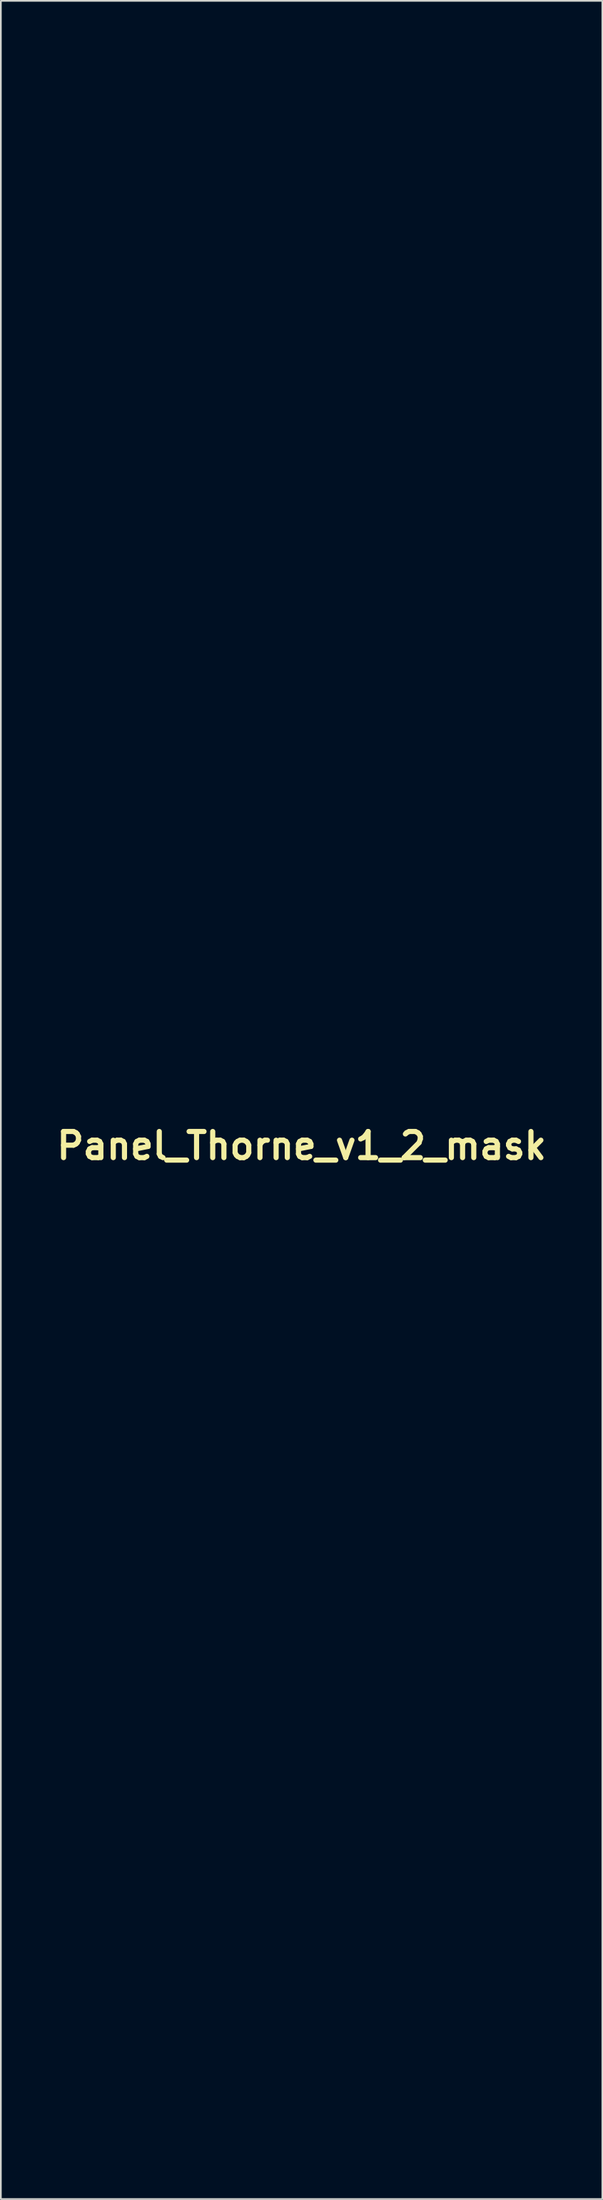
<source format=kicad_pcb>
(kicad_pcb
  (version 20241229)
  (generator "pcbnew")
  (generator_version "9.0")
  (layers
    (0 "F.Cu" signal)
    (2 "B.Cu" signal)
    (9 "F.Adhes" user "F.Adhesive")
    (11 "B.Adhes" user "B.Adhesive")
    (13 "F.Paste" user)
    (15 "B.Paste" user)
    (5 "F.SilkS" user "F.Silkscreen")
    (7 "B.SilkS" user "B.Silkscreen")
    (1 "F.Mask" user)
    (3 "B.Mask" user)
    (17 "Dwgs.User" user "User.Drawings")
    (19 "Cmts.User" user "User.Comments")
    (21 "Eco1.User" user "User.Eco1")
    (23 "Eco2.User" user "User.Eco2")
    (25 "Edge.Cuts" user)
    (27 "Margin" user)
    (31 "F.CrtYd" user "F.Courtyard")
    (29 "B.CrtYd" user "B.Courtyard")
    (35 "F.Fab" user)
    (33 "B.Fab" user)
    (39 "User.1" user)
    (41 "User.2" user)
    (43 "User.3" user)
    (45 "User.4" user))
  (footprint "Panel_Thorne_v1_2_mask"
    (layer "F.Cu")
    (at 14.558 63.759)
    (property "Reference" "Panel_Thorne_v1_2_mask" (at 0 0 0) (layer "F.SilkS") (effects (font (size 1.524 1.524) (thickness 0.3))))
    (attr through_hole)
    (fp_poly (pts (xy -5.831 5.344) (xy -4.805 5.355) (xy -4.805 5.609) (xy -5.831 5.621) (xy -6.858 5.632) (xy -6.858 5.332) (xy -5.831 5.344)) (stroke (width 0.01) (type solid)) (fill yes) (layer "F.Mask"))
    (fp_poly (pts (xy 0.04 -6.456) (xy 0.064 -6.117) (xy 0.741 -6.069) (xy 0.046 -6.054) (xy 0.017 -5.355) (xy 0.009 -5.703) (xy 0 -6.05) (xy -0.656 -6.079) (xy 0 -6.096) (xy 0.016 -6.795) (xy 0.04 -6.456)) (stroke (width 0.01) (type solid)) (fill yes) (layer "F.Mask"))
    (fp_poly (pts (xy 3.253 41.723) (xy 3.355 41.793) (xy 3.423 41.921) (xy 3.46 42.113) (xy 3.471 42.376) (xy 3.46 42.641) (xy 3.422 42.833) (xy 3.354 42.96) (xy 3.251 43.029) (xy 3.111 43.05) (xy 2.996 43.034) (xy 2.917 42.999) (xy 2.84 42.918) (xy 2.79 42.807) (xy 2.762 42.648) (xy 2.752 42.425) (xy 2.752 42.376) (xy 2.763 42.11) (xy 2.801 41.918) (xy 2.869 41.792) (xy 2.972 41.722) (xy 3.111 41.701) (xy 3.253 41.723)) (stroke (width 0.01) (type solid)) (fill yes) (layer "F.Mask"))
    (fp_poly (pts (xy -2.068 56.057) (xy -1.883 56.155) (xy -1.878 56.16) (xy -1.76 56.264) (xy -1.658 56.372) (xy -1.634 56.403) (xy -1.547 56.519) (xy -1.651 56.714) (xy -1.815 56.988) (xy -1.978 57.194) (xy -2.129 57.321) (xy -2.32 57.392) (xy -2.527 57.395) (xy -2.719 57.329) (xy -2.752 57.309) (xy -2.908 57.156) (xy -3.006 56.963) (xy -3.046 56.749) (xy -3.029 56.532) (xy -2.954 56.331) (xy -2.823 56.164) (xy -2.709 56.083) (xy -2.513 56.018) (xy -2.288 56.011) (xy -2.068 56.057)) (stroke (width 0.01) (type solid)) (fill yes) (layer "F.Mask"))
    (fp_poly (pts (xy 0.509 24.644) (xy 0.558 24.671) (xy 0.612 24.73) (xy 0.681 24.832) (xy 0.775 24.989) (xy 0.859 25.135) (xy 1.142 25.633) (xy 1.143 25.135) (xy 1.143 24.638) (xy 1.355 24.638) (xy 1.355 26.035) (xy 1.236 26.035) (xy 1.184 26.029) (xy 1.136 26.002) (xy 1.081 25.943) (xy 1.012 25.841) (xy 0.918 25.684) (xy 0.834 25.538) (xy 0.551 25.04) (xy 0.551 25.538) (xy 0.55 26.035) (xy 0.339 26.035) (xy 0.339 24.638) (xy 0.457 24.638) (xy 0.509 24.644)) (stroke (width 0.01) (type solid)) (fill yes) (layer "F.Mask"))
    (fp_poly (pts (xy 5.8 5.249) (xy 6.694 5.249) (xy 6.681 5.387) (xy 6.668 5.524) (xy 5.803 5.549) (xy 5.791 5.981) (xy 5.784 6.176) (xy 5.776 6.301) (xy 5.762 6.374) (xy 5.736 6.409) (xy 5.697 6.423) (xy 5.671 6.426) (xy 5.579 6.425) (xy 5.533 6.408) (xy 5.521 6.356) (xy 5.511 6.238) (xy 5.504 6.075) (xy 5.503 5.962) (xy 5.503 5.546) (xy 4.614 5.546) (xy 4.614 5.249) (xy 5.503 5.249) (xy 5.503 4.36) (xy 5.8 4.36) (xy 5.8 5.249)) (stroke (width 0.01) (type solid)) (fill yes) (layer "F.Mask"))
    (fp_poly (pts (xy 5.961 -33.752) (xy 5.95 -33.689) (xy 5.92 -33.653) (xy 5.852 -33.634) (xy 5.727 -33.624) (xy 5.662 -33.621) (xy 5.376 -33.609) (xy 5.376 -33.236) (xy 5.599 -33.223) (xy 5.728 -33.212) (xy 5.795 -33.191) (xy 5.818 -33.149) (xy 5.821 -33.105) (xy 5.814 -33.042) (xy 5.778 -33.009) (xy 5.692 -32.993) (xy 5.599 -32.986) (xy 5.376 -32.973) (xy 5.376 -32.343) (xy 5.12 -32.343) (xy 5.132 -33.094) (xy 5.144 -33.846) (xy 5.559 -33.858) (xy 5.975 -33.87) (xy 5.961 -33.752)) (stroke (width 0.01) (type solid)) (fill yes) (layer "F.Mask"))
    (fp_poly (pts (xy 0.063 12.266) (xy 0.077 12.335) (xy 0.084 12.478) (xy 0.085 12.563) (xy 0.085 12.908) (xy 0.413 12.923) (xy 0.741 12.937) (xy 0.413 12.945) (xy 0.085 12.954) (xy 0.085 13.293) (xy 0.079 13.474) (xy 0.064 13.59) (xy 0.04 13.631) (xy 0.04 13.631) (xy 0.016 13.59) (xy 0.004 13.472) (xy 0.004 13.303) (xy 0.014 12.975) (xy -0.656 12.927) (xy -0.318 12.92) (xy 0.021 12.912) (xy 0.007 12.611) (xy 0.006 12.439) (xy 0.018 12.315) (xy 0.039 12.263) (xy 0.063 12.266)) (stroke (width 0.01) (type solid)) (fill yes) (layer "F.Mask"))
    (fp_poly (pts (xy 8.118 -33.115) (xy 8.107 -32.364) (xy 7.981 -32.364) (xy 7.927 -32.369) (xy 7.878 -32.393) (xy 7.825 -32.446) (xy 7.757 -32.54) (xy 7.665 -32.687) (xy 7.557 -32.867) (xy 7.26 -33.371) (xy 7.239 -32.867) (xy 7.218 -32.364) (xy 7.1 -32.35) (xy 6.983 -32.337) (xy 6.995 -33.091) (xy 7.006 -33.846) (xy 7.133 -33.846) (xy 7.186 -33.84) (xy 7.234 -33.818) (xy 7.287 -33.767) (xy 7.355 -33.676) (xy 7.445 -33.535) (xy 7.568 -33.332) (xy 7.578 -33.316) (xy 7.895 -32.787) (xy 7.919 -33.867) (xy 8.13 -33.867) (xy 8.118 -33.115)) (stroke (width 0.01) (type solid)) (fill yes) (layer "F.Mask"))
    (fp_poly (pts (xy -7.486 41.203) (xy -7.447 41.253) (xy -7.424 41.355) (xy -7.413 41.519) (xy -7.409 41.753) (xy -7.408 41.972) (xy -7.408 42.714) (xy -7.236 42.714) (xy -7.127 42.719) (xy -7.081 42.743) (xy -7.075 42.803) (xy -7.077 42.831) (xy -7.091 42.947) (xy -7.546 42.959) (xy -8.001 42.971) (xy -8.001 42.843) (xy -7.993 42.756) (xy -7.951 42.721) (xy -7.853 42.714) (xy -7.705 42.714) (xy -7.705 41.571) (xy -7.835 41.571) (xy -7.931 41.551) (xy -7.958 41.499) (xy -7.92 41.424) (xy -7.819 41.337) (xy -7.739 41.288) (xy -7.628 41.229) (xy -7.545 41.198) (xy -7.486 41.203)) (stroke (width 0.01) (type solid)) (fill yes) (layer "F.Mask"))
    (fp_poly (pts (xy -4.097 41.113) (xy -3.993 41.153) (xy -3.927 41.188) (xy -3.924 41.19) (xy -3.94 41.23) (xy -4.004 41.327) (xy -4.109 41.47) (xy -4.249 41.653) (xy -4.416 41.866) (xy -4.605 42.102) (xy -4.807 42.351) (xy -5.016 42.606) (xy -5.225 42.858) (xy -5.428 43.098) (xy -5.617 43.319) (xy -5.785 43.512) (xy -5.925 43.669) (xy -6.032 43.781) (xy -6.096 43.839) (xy -6.11 43.846) (xy -6.217 43.836) (xy -6.317 43.803) (xy -6.432 43.752) (xy -5.689 42.841) (xy -5.472 42.575) (xy -5.251 42.305) (xy -5.038 42.045) (xy -4.846 41.81) (xy -4.686 41.615) (xy -4.591 41.499) (xy -4.235 41.067) (xy -4.097 41.113)) (stroke (width 0.01) (type solid)) (fill yes) (layer "F.Mask"))
    (fp_poly (pts (xy 7.563 29.05) (xy 8.065 29.062) (xy 8.065 29.358) (xy 7.281 29.383) (xy 7.281 29.887) (xy 7.874 29.887) (xy 7.874 30.184) (xy 7.281 30.184) (xy 7.281 30.731) (xy 8.065 30.755) (xy 8.065 31.052) (xy 7.556 31.063) (xy 7.307 31.066) (xy 7.135 31.059) (xy 7.032 31.042) (xy 6.995 31.023) (xy 6.975 30.962) (xy 6.96 30.832) (xy 6.948 30.649) (xy 6.941 30.427) (xy 6.938 30.183) (xy 6.939 29.931) (xy 6.944 29.686) (xy 6.952 29.464) (xy 6.964 29.28) (xy 6.981 29.15) (xy 7 29.088) (xy 7.002 29.087) (xy 7.08 29.063) (xy 7.241 29.05) (xy 7.485 29.048) (xy 7.563 29.05)) (stroke (width 0.01) (type solid)) (fill yes) (layer "F.Mask"))
    (fp_poly (pts (xy -3.73 -18.796) (xy -3.45 -18.794) (xy -3.238 -18.79) (xy -3.084 -18.785) (xy -2.98 -18.776) (xy -2.917 -18.765) (xy -2.886 -18.75) (xy -2.879 -18.733) (xy -2.888 -18.714) (xy -2.921 -18.699) (xy -2.988 -18.688) (xy -3.096 -18.68) (xy -3.255 -18.674) (xy -3.474 -18.671) (xy -3.76 -18.669) (xy -4.085 -18.669) (xy -4.441 -18.669) (xy -4.72 -18.671) (xy -4.932 -18.675) (xy -5.086 -18.68) (xy -5.19 -18.689) (xy -5.253 -18.7) (xy -5.284 -18.715) (xy -5.292 -18.733) (xy -5.282 -18.751) (xy -5.249 -18.766) (xy -5.182 -18.777) (xy -5.074 -18.785) (xy -4.915 -18.791) (xy -4.697 -18.794) (xy -4.41 -18.796) (xy -4.085 -18.796) (xy -3.73 -18.796)) (stroke (width 0.01) (type solid)) (fill yes) (layer "F.Mask"))
    (fp_poly (pts (xy -3.687 -37.761) (xy -3.408 -37.759) (xy -3.196 -37.756) (xy -3.042 -37.75) (xy -2.938 -37.742) (xy -2.875 -37.73) (xy -2.844 -37.715) (xy -2.836 -37.698) (xy -2.846 -37.679) (xy -2.879 -37.664) (xy -2.946 -37.653) (xy -3.054 -37.645) (xy -3.213 -37.64) (xy -3.431 -37.636) (xy -3.718 -37.635) (xy -4.043 -37.634) (xy -4.398 -37.635) (xy -4.678 -37.637) (xy -4.89 -37.64) (xy -5.044 -37.646) (xy -5.148 -37.654) (xy -5.211 -37.666) (xy -5.242 -37.681) (xy -5.249 -37.698) (xy -5.24 -37.717) (xy -5.207 -37.731) (xy -5.14 -37.742) (xy -5.032 -37.751) (xy -4.873 -37.756) (xy -4.654 -37.759) (xy -4.368 -37.761) (xy -4.043 -37.761) (xy -3.687 -37.761)) (stroke (width 0.01) (type solid)) (fill yes) (layer "F.Mask"))
    (fp_poly (pts (xy 0.394 -34.12) (xy 0.67 -34.118) (xy 0.879 -34.115) (xy 1.03 -34.109) (xy 1.132 -34.1) (xy 1.192 -34.089) (xy 1.221 -34.073) (xy 1.228 -34.057) (xy 1.218 -34.038) (xy 1.185 -34.024) (xy 1.118 -34.012) (xy 1.009 -34.004) (xy 0.849 -33.999) (xy 0.629 -33.996) (xy 0.341 -33.994) (xy 0.042 -33.994) (xy -0.31 -33.994) (xy -0.586 -33.996) (xy -0.795 -34) (xy -0.946 -34.005) (xy -1.047 -34.014) (xy -1.108 -34.026) (xy -1.137 -34.041) (xy -1.143 -34.057) (xy -1.134 -34.076) (xy -1.1 -34.091) (xy -1.033 -34.102) (xy -0.924 -34.11) (xy -0.764 -34.116) (xy -0.544 -34.119) (xy -0.256 -34.12) (xy 0.042 -34.121) (xy 0.394 -34.12)) (stroke (width 0.01) (type solid)) (fill yes) (layer "F.Mask"))
    (fp_poly (pts (xy 0.437 -53.086) (xy 0.713 -53.084) (xy 0.922 -53.08) (xy 1.073 -53.074) (xy 1.174 -53.066) (xy 1.235 -53.054) (xy 1.264 -53.038) (xy 1.27 -53.023) (xy 1.261 -53.004) (xy 1.227 -52.989) (xy 1.16 -52.978) (xy 1.051 -52.97) (xy 0.891 -52.964) (xy 0.671 -52.961) (xy 0.383 -52.959) (xy 0.085 -52.959) (xy -0.267 -52.959) (xy -0.543 -52.961) (xy -0.752 -52.965) (xy -0.903 -52.971) (xy -1.005 -52.979) (xy -1.065 -52.991) (xy -1.094 -53.007) (xy -1.101 -53.023) (xy -1.091 -53.041) (xy -1.058 -53.056) (xy -0.991 -53.067) (xy -0.882 -53.075) (xy -0.722 -53.081) (xy -0.502 -53.084) (xy -0.214 -53.086) (xy 0.085 -53.086) (xy 0.437 -53.086)) (stroke (width 0.01) (type solid)) (fill yes) (layer "F.Mask"))
    (fp_poly (pts (xy 4.543 -17.272) (xy 4.819 -17.27) (xy 5.028 -17.266) (xy 5.179 -17.26) (xy 5.28 -17.252) (xy 5.341 -17.24) (xy 5.37 -17.224) (xy 5.376 -17.209) (xy 5.367 -17.19) (xy 5.333 -17.175) (xy 5.266 -17.164) (xy 5.157 -17.156) (xy 4.997 -17.15) (xy 4.777 -17.147) (xy 4.489 -17.145) (xy 4.191 -17.145) (xy 3.839 -17.145) (xy 3.563 -17.147) (xy 3.354 -17.151) (xy 3.203 -17.157) (xy 3.102 -17.165) (xy 3.041 -17.177) (xy 3.012 -17.193) (xy 3.006 -17.209) (xy 3.015 -17.227) (xy 3.049 -17.242) (xy 3.116 -17.253) (xy 3.225 -17.261) (xy 3.385 -17.267) (xy 3.605 -17.27) (xy 3.893 -17.272) (xy 4.191 -17.272) (xy 4.543 -17.272)) (stroke (width 0.01) (type solid)) (fill yes) (layer "F.Mask"))
    (fp_poly (pts (xy 4.543 -16.848) (xy 4.819 -16.846) (xy 5.028 -16.843) (xy 5.179 -16.837) (xy 5.28 -16.828) (xy 5.341 -16.817) (xy 5.37 -16.801) (xy 5.376 -16.785) (xy 5.367 -16.766) (xy 5.333 -16.752) (xy 5.266 -16.74) (xy 5.157 -16.732) (xy 4.997 -16.727) (xy 4.777 -16.724) (xy 4.489 -16.722) (xy 4.191 -16.722) (xy 3.839 -16.722) (xy 3.563 -16.724) (xy 3.354 -16.728) (xy 3.203 -16.733) (xy 3.102 -16.742) (xy 3.041 -16.754) (xy 3.012 -16.769) (xy 3.006 -16.785) (xy 3.015 -16.804) (xy 3.049 -16.819) (xy 3.116 -16.83) (xy 3.225 -16.838) (xy 3.385 -16.844) (xy 3.605 -16.847) (xy 3.893 -16.848) (xy 4.191 -16.849) (xy 4.543 -16.848)) (stroke (width 0.01) (type solid)) (fill yes) (layer "F.Mask"))
    (fp_poly (pts (xy 4.585 -36.237) (xy 4.861 -36.235) (xy 5.07 -36.231) (xy 5.221 -36.226) (xy 5.323 -36.217) (xy 5.383 -36.205) (xy 5.412 -36.19) (xy 5.419 -36.174) (xy 5.409 -36.155) (xy 5.376 -36.14) (xy 5.309 -36.129) (xy 5.2 -36.121) (xy 5.04 -36.115) (xy 4.82 -36.112) (xy 4.532 -36.111) (xy 4.233 -36.11) (xy 3.881 -36.111) (xy 3.605 -36.113) (xy 3.396 -36.116) (xy 3.245 -36.122) (xy 3.144 -36.131) (xy 3.083 -36.142) (xy 3.054 -36.158) (xy 3.048 -36.174) (xy 3.057 -36.193) (xy 3.091 -36.207) (xy 3.158 -36.219) (xy 3.267 -36.227) (xy 3.427 -36.232) (xy 3.647 -36.235) (xy 3.935 -36.237) (xy 4.233 -36.237) (xy 4.585 -36.237)) (stroke (width 0.01) (type solid)) (fill yes) (layer "F.Mask"))
    (fp_poly (pts (xy 4.585 -35.814) (xy 4.861 -35.812) (xy 5.07 -35.808) (xy 5.221 -35.802) (xy 5.323 -35.794) (xy 5.383 -35.782) (xy 5.412 -35.766) (xy 5.419 -35.751) (xy 5.409 -35.732) (xy 5.376 -35.717) (xy 5.309 -35.706) (xy 5.2 -35.698) (xy 5.04 -35.692) (xy 4.82 -35.689) (xy 4.532 -35.687) (xy 4.233 -35.687) (xy 3.881 -35.687) (xy 3.605 -35.689) (xy 3.396 -35.693) (xy 3.245 -35.699) (xy 3.144 -35.707) (xy 3.083 -35.719) (xy 3.054 -35.735) (xy 3.048 -35.751) (xy 3.057 -35.769) (xy 3.091 -35.784) (xy 3.158 -35.795) (xy 3.267 -35.803) (xy 3.427 -35.809) (xy 3.647 -35.812) (xy 3.935 -35.814) (xy 4.233 -35.814) (xy 4.585 -35.814)) (stroke (width 0.01) (type solid)) (fill yes) (layer "F.Mask"))
    (fp_poly (pts (xy -3.734 -18.372) (xy -3.459 -18.372) (xy -3.25 -18.369) (xy -3.099 -18.365) (xy -2.995 -18.357) (xy -2.931 -18.347) (xy -2.896 -18.332) (xy -2.881 -18.313) (xy -2.879 -18.289) (xy -2.879 -18.288) (xy -2.881 -18.263) (xy -2.895 -18.244) (xy -2.93 -18.229) (xy -2.994 -18.218) (xy -3.098 -18.211) (xy -3.25 -18.207) (xy -3.46 -18.204) (xy -3.737 -18.203) (xy -4.057 -18.203) (xy -4.365 -18.204) (xy -4.644 -18.207) (xy -4.885 -18.211) (xy -5.076 -18.217) (xy -5.205 -18.223) (xy -5.262 -18.231) (xy -5.263 -18.232) (xy -5.29 -18.296) (xy -5.292 -18.316) (xy -5.277 -18.333) (xy -5.229 -18.346) (xy -5.139 -18.357) (xy -4.998 -18.364) (xy -4.799 -18.369) (xy -4.534 -18.372) (xy -4.195 -18.373) (xy -4.085 -18.373) (xy -3.734 -18.372)) (stroke (width 0.01) (type solid)) (fill yes) (layer "F.Mask"))
    (fp_poly (pts (xy -3.734 -17.949) (xy -3.459 -17.948) (xy -3.25 -17.946) (xy -3.099 -17.941) (xy -2.995 -17.934) (xy -2.931 -17.924) (xy -2.896 -17.909) (xy -2.881 -17.89) (xy -2.879 -17.865) (xy -2.879 -17.865) (xy -2.881 -17.84) (xy -2.895 -17.82) (xy -2.93 -17.806) (xy -2.994 -17.795) (xy -3.098 -17.788) (xy -3.25 -17.783) (xy -3.46 -17.781) (xy -3.737 -17.78) (xy -4.057 -17.78) (xy -4.365 -17.781) (xy -4.644 -17.784) (xy -4.885 -17.788) (xy -5.076 -17.794) (xy -5.205 -17.8) (xy -5.262 -17.807) (xy -5.263 -17.808) (xy -5.29 -17.872) (xy -5.292 -17.893) (xy -5.277 -17.91) (xy -5.229 -17.923) (xy -5.139 -17.933) (xy -4.998 -17.941) (xy -4.799 -17.945) (xy -4.534 -17.948) (xy -4.195 -17.949) (xy -4.085 -17.949) (xy -3.734 -17.949)) (stroke (width 0.01) (type solid)) (fill yes) (layer "F.Mask"))
    (fp_poly (pts (xy -3.692 -37.338) (xy -3.417 -37.337) (xy -3.208 -37.334) (xy -3.056 -37.33) (xy -2.953 -37.323) (xy -2.888 -37.312) (xy -2.853 -37.298) (xy -2.839 -37.279) (xy -2.836 -37.254) (xy -2.836 -37.253) (xy -2.839 -37.228) (xy -2.853 -37.209) (xy -2.888 -37.194) (xy -2.952 -37.184) (xy -3.056 -37.176) (xy -3.208 -37.172) (xy -3.418 -37.17) (xy -3.694 -37.169) (xy -4.015 -37.169) (xy -4.322 -37.17) (xy -4.602 -37.172) (xy -4.843 -37.177) (xy -5.033 -37.182) (xy -5.163 -37.189) (xy -5.22 -37.196) (xy -5.221 -37.197) (xy -5.248 -37.261) (xy -5.249 -37.282) (xy -5.235 -37.298) (xy -5.187 -37.312) (xy -5.096 -37.322) (xy -4.956 -37.329) (xy -4.757 -37.334) (xy -4.492 -37.337) (xy -4.152 -37.338) (xy -4.043 -37.338) (xy -3.692 -37.338)) (stroke (width 0.01) (type solid)) (fill yes) (layer "F.Mask"))
    (fp_poly (pts (xy -3.692 -36.914) (xy -3.417 -36.914) (xy -3.208 -36.911) (xy -3.056 -36.907) (xy -2.953 -36.899) (xy -2.888 -36.889) (xy -2.853 -36.874) (xy -2.839 -36.855) (xy -2.836 -36.831) (xy -2.836 -36.83) (xy -2.839 -36.805) (xy -2.853 -36.786) (xy -2.888 -36.771) (xy -2.952 -36.76) (xy -3.056 -36.753) (xy -3.208 -36.749) (xy -3.418 -36.746) (xy -3.694 -36.745) (xy -4.015 -36.745) (xy -4.322 -36.746) (xy -4.602 -36.749) (xy -4.843 -36.753) (xy -5.033 -36.759) (xy -5.163 -36.765) (xy -5.22 -36.773) (xy -5.221 -36.774) (xy -5.248 -36.838) (xy -5.249 -36.858) (xy -5.235 -36.875) (xy -5.187 -36.888) (xy -5.096 -36.899) (xy -4.956 -36.906) (xy -4.757 -36.911) (xy -4.492 -36.914) (xy -4.152 -36.915) (xy -4.043 -36.915) (xy -3.692 -36.914)) (stroke (width 0.01) (type solid)) (fill yes) (layer "F.Mask"))
    (fp_poly (pts (xy 0.39 -32.85) (xy 0.662 -32.849) (xy 0.867 -32.847) (xy 1.016 -32.842) (xy 1.117 -32.835) (xy 1.179 -32.824) (xy 1.212 -32.809) (xy 1.225 -32.79) (xy 1.228 -32.766) (xy 1.225 -32.741) (xy 1.211 -32.722) (xy 1.177 -32.707) (xy 1.112 -32.696) (xy 1.009 -32.689) (xy 0.857 -32.685) (xy 0.648 -32.682) (xy 0.372 -32.681) (xy 0.042 -32.681) (xy -0.305 -32.682) (xy -0.577 -32.683) (xy -0.783 -32.685) (xy -0.931 -32.69) (xy -1.032 -32.697) (xy -1.095 -32.708) (xy -1.128 -32.723) (xy -1.141 -32.742) (xy -1.143 -32.766) (xy -1.14 -32.791) (xy -1.126 -32.81) (xy -1.092 -32.825) (xy -1.028 -32.836) (xy -0.924 -32.843) (xy -0.773 -32.847) (xy -0.564 -32.85) (xy -0.288 -32.851) (xy 0.042 -32.851) (xy 0.39 -32.85)) (stroke (width 0.01) (type solid)) (fill yes) (layer "F.Mask"))
    (fp_poly (pts (xy 0.39 -32.427) (xy 0.662 -32.426) (xy 0.867 -32.424) (xy 1.016 -32.419) (xy 1.117 -32.412) (xy 1.179 -32.401) (xy 1.212 -32.386) (xy 1.225 -32.366) (xy 1.228 -32.343) (xy 1.225 -32.318) (xy 1.211 -32.298) (xy 1.177 -32.284) (xy 1.112 -32.273) (xy 1.009 -32.266) (xy 0.857 -32.261) (xy 0.648 -32.259) (xy 0.372 -32.258) (xy 0.042 -32.258) (xy -0.305 -32.258) (xy -0.577 -32.259) (xy -0.783 -32.262) (xy -0.931 -32.266) (xy -1.032 -32.274) (xy -1.095 -32.284) (xy -1.128 -32.299) (xy -1.141 -32.319) (xy -1.143 -32.343) (xy -1.14 -32.367) (xy -1.126 -32.387) (xy -1.092 -32.402) (xy -1.028 -32.412) (xy -0.924 -32.419) (xy -0.773 -32.424) (xy -0.564 -32.426) (xy -0.288 -32.427) (xy 0.042 -32.427) (xy 0.39 -32.427)) (stroke (width 0.01) (type solid)) (fill yes) (layer "F.Mask"))
    (fp_poly (pts (xy 0.39 -33.697) (xy 0.662 -33.696) (xy 0.868 -33.693) (xy 1.017 -33.688) (xy 1.118 -33.681) (xy 1.18 -33.67) (xy 1.213 -33.655) (xy 1.226 -33.635) (xy 1.228 -33.618) (xy 1.224 -33.595) (xy 1.206 -33.577) (xy 1.166 -33.563) (xy 1.093 -33.553) (xy 0.98 -33.546) (xy 0.815 -33.542) (xy 0.591 -33.539) (xy 0.298 -33.538) (xy 0.042 -33.537) (xy -0.305 -33.537) (xy -0.577 -33.538) (xy -0.783 -33.54) (xy -0.932 -33.544) (xy -1.033 -33.552) (xy -1.095 -33.562) (xy -1.128 -33.577) (xy -1.141 -33.597) (xy -1.143 -33.616) (xy -1.14 -33.64) (xy -1.124 -33.659) (xy -1.085 -33.673) (xy -1.016 -33.683) (xy -0.906 -33.69) (xy -0.747 -33.694) (xy -0.528 -33.696) (xy -0.242 -33.697) (xy 0.042 -33.697) (xy 0.39 -33.697)) (stroke (width 0.01) (type solid)) (fill yes) (layer "F.Mask"))
    (fp_poly (pts (xy 0.432 -51.816) (xy 0.704 -51.815) (xy 0.91 -51.812) (xy 1.058 -51.808) (xy 1.159 -51.8) (xy 1.222 -51.79) (xy 1.255 -51.775) (xy 1.268 -51.755) (xy 1.27 -51.731) (xy 1.267 -51.707) (xy 1.253 -51.687) (xy 1.219 -51.672) (xy 1.155 -51.662) (xy 1.051 -51.655) (xy 0.9 -51.65) (xy 0.691 -51.648) (xy 0.415 -51.647) (xy 0.085 -51.647) (xy -0.263 -51.647) (xy -0.535 -51.648) (xy -0.74 -51.65) (xy -0.889 -51.655) (xy -0.99 -51.662) (xy -1.052 -51.673) (xy -1.085 -51.688) (xy -1.098 -51.708) (xy -1.101 -51.731) (xy -1.098 -51.756) (xy -1.084 -51.776) (xy -1.05 -51.79) (xy -0.985 -51.801) (xy -0.882 -51.808) (xy -0.73 -51.813) (xy -0.521 -51.815) (xy -0.245 -51.816) (xy 0.085 -51.816) (xy 0.432 -51.816)) (stroke (width 0.01) (type solid)) (fill yes) (layer "F.Mask"))
    (fp_poly (pts (xy 0.432 -51.392) (xy 0.704 -51.391) (xy 0.91 -51.389) (xy 1.058 -51.384) (xy 1.159 -51.377) (xy 1.222 -51.366) (xy 1.255 -51.351) (xy 1.268 -51.332) (xy 1.27 -51.308) (xy 1.267 -51.283) (xy 1.253 -51.264) (xy 1.219 -51.249) (xy 1.155 -51.238) (xy 1.051 -51.231) (xy 0.9 -51.227) (xy 0.691 -51.224) (xy 0.415 -51.223) (xy 0.085 -51.223) (xy -0.263 -51.224) (xy -0.535 -51.225) (xy -0.74 -51.227) (xy -0.889 -51.232) (xy -0.99 -51.239) (xy -1.052 -51.25) (xy -1.085 -51.265) (xy -1.098 -51.284) (xy -1.101 -51.308) (xy -1.098 -51.333) (xy -1.084 -51.352) (xy -1.05 -51.367) (xy -0.985 -51.378) (xy -0.882 -51.385) (xy -0.73 -51.389) (xy -0.521 -51.392) (xy -0.245 -51.393) (xy 0.085 -51.393) (xy 0.432 -51.392)) (stroke (width 0.01) (type solid)) (fill yes) (layer "F.Mask"))
    (fp_poly (pts (xy 0.432 -52.662) (xy 0.704 -52.661) (xy 0.91 -52.659) (xy 1.059 -52.654) (xy 1.16 -52.647) (xy 1.222 -52.636) (xy 1.255 -52.621) (xy 1.268 -52.601) (xy 1.27 -52.581) (xy 1.267 -52.557) (xy 1.251 -52.539) (xy 1.213 -52.525) (xy 1.145 -52.514) (xy 1.036 -52.507) (xy 0.877 -52.503) (xy 0.66 -52.501) (xy 0.375 -52.5) (xy 0.085 -52.5) (xy -0.263 -52.5) (xy -0.535 -52.501) (xy -0.741 -52.504) (xy -0.889 -52.508) (xy -0.99 -52.516) (xy -1.053 -52.527) (xy -1.086 -52.542) (xy -1.099 -52.561) (xy -1.101 -52.581) (xy -1.097 -52.605) (xy -1.082 -52.624) (xy -1.044 -52.638) (xy -0.975 -52.648) (xy -0.866 -52.655) (xy -0.708 -52.659) (xy -0.491 -52.662) (xy -0.206 -52.663) (xy 0.085 -52.663) (xy 0.432 -52.662)) (stroke (width 0.01) (type solid)) (fill yes) (layer "F.Mask"))
    (fp_poly (pts (xy 4.538 -18.584) (xy 4.81 -18.583) (xy 5.016 -18.581) (xy 5.165 -18.576) (xy 5.265 -18.569) (xy 5.328 -18.558) (xy 5.361 -18.543) (xy 5.374 -18.523) (xy 5.376 -18.5) (xy 5.374 -18.475) (xy 5.36 -18.455) (xy 5.325 -18.441) (xy 5.261 -18.43) (xy 5.158 -18.423) (xy 5.006 -18.418) (xy 4.797 -18.416) (xy 4.521 -18.415) (xy 4.191 -18.415) (xy 3.844 -18.415) (xy 3.572 -18.416) (xy 3.366 -18.419) (xy 3.217 -18.423) (xy 3.117 -18.431) (xy 3.054 -18.441) (xy 3.021 -18.456) (xy 3.008 -18.476) (xy 3.006 -18.5) (xy 3.008 -18.524) (xy 3.022 -18.544) (xy 3.057 -18.559) (xy 3.121 -18.569) (xy 3.224 -18.576) (xy 3.376 -18.581) (xy 3.585 -18.583) (xy 3.861 -18.584) (xy 4.191 -18.584) (xy 4.538 -18.584)) (stroke (width 0.01) (type solid)) (fill yes) (layer "F.Mask"))
    (fp_poly (pts (xy 4.581 -37.125) (xy 4.853 -37.124) (xy 5.058 -37.122) (xy 5.207 -37.117) (xy 5.308 -37.11) (xy 5.37 -37.099) (xy 5.403 -37.084) (xy 5.416 -37.064) (xy 5.419 -37.041) (xy 5.416 -37.017) (xy 5.402 -36.997) (xy 5.367 -36.983) (xy 5.302 -36.972) (xy 5.198 -36.965) (xy 5.045 -36.96) (xy 4.835 -36.958) (xy 4.558 -36.957) (xy 4.233 -36.957) (xy 3.886 -36.957) (xy 3.614 -36.958) (xy 3.408 -36.961) (xy 3.26 -36.965) (xy 3.159 -36.973) (xy 3.096 -36.984) (xy 3.063 -36.999) (xy 3.05 -37.018) (xy 3.048 -37.041) (xy 3.051 -37.065) (xy 3.065 -37.084) (xy 3.101 -37.099) (xy 3.166 -37.109) (xy 3.271 -37.117) (xy 3.425 -37.121) (xy 3.637 -37.124) (xy 3.915 -37.125) (xy 4.233 -37.125) (xy 4.581 -37.125)) (stroke (width 0.01) (type solid)) (fill yes) (layer "F.Mask"))
    (fp_poly (pts (xy 5.016 -17.726) (xy 5.165 -17.722) (xy 5.266 -17.715) (xy 5.328 -17.705) (xy 5.361 -17.69) (xy 5.374 -17.671) (xy 5.376 -17.65) (xy 5.373 -17.626) (xy 5.358 -17.607) (xy 5.32 -17.593) (xy 5.252 -17.583) (xy 5.144 -17.576) (xy 4.986 -17.572) (xy 4.77 -17.569) (xy 4.486 -17.568) (xy 4.191 -17.568) (xy 3.843 -17.569) (xy 3.57 -17.57) (xy 3.364 -17.573) (xy 3.215 -17.578) (xy 3.114 -17.585) (xy 3.052 -17.596) (xy 3.019 -17.611) (xy 3.007 -17.631) (xy 3.006 -17.644) (xy 3.01 -17.666) (xy 3.03 -17.684) (xy 3.075 -17.697) (xy 3.154 -17.707) (xy 3.275 -17.714) (xy 3.449 -17.719) (xy 3.684 -17.722) (xy 3.989 -17.725) (xy 4.191 -17.726) (xy 4.538 -17.727) (xy 4.81 -17.728) (xy 5.016 -17.726)) (stroke (width 0.01) (type solid)) (fill yes) (layer "F.Mask"))
    (fp_poly (pts (xy -3.245 -17.097) (xy -3.095 -17.094) (xy -2.992 -17.088) (xy -2.929 -17.078) (xy -2.895 -17.064) (xy -2.881 -17.044) (xy -2.879 -17.02) (xy -2.879 -17.019) (xy -2.881 -16.994) (xy -2.895 -16.974) (xy -2.928 -16.96) (xy -2.991 -16.949) (xy -3.092 -16.942) (xy -3.241 -16.937) (xy -3.446 -16.935) (xy -3.717 -16.934) (xy -4.063 -16.933) (xy -4.088 -16.933) (xy -4.44 -16.934) (xy -4.716 -16.935) (xy -4.926 -16.938) (xy -5.077 -16.942) (xy -5.18 -16.95) (xy -5.243 -16.96) (xy -5.275 -16.975) (xy -5.285 -16.993) (xy -5.284 -17.007) (xy -5.274 -17.029) (xy -5.248 -17.046) (xy -5.196 -17.06) (xy -5.11 -17.07) (xy -4.98 -17.077) (xy -4.797 -17.083) (xy -4.551 -17.087) (xy -4.234 -17.091) (xy -4.074 -17.093) (xy -3.725 -17.096) (xy -3.452 -17.097) (xy -3.245 -17.097)) (stroke (width 0.01) (type solid)) (fill yes) (layer "F.Mask"))
    (fp_poly (pts (xy 5.058 -36.702) (xy 5.207 -36.698) (xy 5.308 -36.691) (xy 5.37 -36.681) (xy 5.403 -36.666) (xy 5.416 -36.647) (xy 5.419 -36.622) (xy 5.419 -36.62) (xy 5.416 -36.595) (xy 5.404 -36.575) (xy 5.371 -36.56) (xy 5.309 -36.549) (xy 5.209 -36.542) (xy 5.062 -36.537) (xy 4.857 -36.535) (xy 4.587 -36.534) (xy 4.241 -36.534) (xy 4.233 -36.534) (xy 3.886 -36.534) (xy 3.614 -36.535) (xy 3.408 -36.538) (xy 3.259 -36.543) (xy 3.158 -36.55) (xy 3.095 -36.561) (xy 3.062 -36.576) (xy 3.05 -36.595) (xy 3.048 -36.613) (xy 3.052 -36.636) (xy 3.069 -36.655) (xy 3.11 -36.669) (xy 3.182 -36.679) (xy 3.296 -36.687) (xy 3.46 -36.692) (xy 3.683 -36.696) (xy 3.976 -36.698) (xy 4.233 -36.7) (xy 4.581 -36.702) (xy 4.852 -36.703) (xy 5.058 -36.702)) (stroke (width 0.01) (type solid)) (fill yes) (layer "F.Mask"))
    (fp_poly (pts (xy 6.603 -33.866) (xy 6.703 -33.859) (xy 6.754 -33.84) (xy 6.771 -33.805) (xy 6.773 -33.761) (xy 6.756 -33.68) (xy 6.687 -33.655) (xy 6.668 -33.655) (xy 6.562 -33.655) (xy 6.562 -32.554) (xy 6.668 -32.554) (xy 6.748 -32.537) (xy 6.773 -32.468) (xy 6.773 -32.449) (xy 6.77 -32.396) (xy 6.747 -32.365) (xy 6.689 -32.349) (xy 6.577 -32.343) (xy 6.435 -32.343) (xy 6.267 -32.344) (xy 6.166 -32.351) (xy 6.116 -32.369) (xy 6.098 -32.404) (xy 6.096 -32.449) (xy 6.113 -32.529) (xy 6.182 -32.554) (xy 6.202 -32.554) (xy 6.308 -32.554) (xy 6.308 -33.655) (xy 6.202 -33.655) (xy 6.121 -33.672) (xy 6.096 -33.741) (xy 6.096 -33.761) (xy 6.1 -33.813) (xy 6.122 -33.845) (xy 6.18 -33.861) (xy 6.292 -33.866) (xy 6.435 -33.867) (xy 6.603 -33.866)) (stroke (width 0.01) (type solid)) (fill yes) (layer "F.Mask"))
    (fp_poly (pts (xy 9.179 -33.752) (xy 9.167 -33.689) (xy 9.137 -33.653) (xy 9.07 -33.634) (xy 8.944 -33.624) (xy 8.879 -33.621) (xy 8.594 -33.609) (xy 8.594 -33.278) (xy 8.816 -33.266) (xy 8.946 -33.255) (xy 9.012 -33.234) (xy 9.036 -33.192) (xy 9.038 -33.147) (xy 9.031 -33.085) (xy 8.995 -33.051) (xy 8.909 -33.035) (xy 8.816 -33.028) (xy 8.594 -33.016) (xy 8.594 -32.601) (xy 8.879 -32.588) (xy 9.031 -32.58) (xy 9.118 -32.565) (xy 9.159 -32.536) (xy 9.175 -32.484) (xy 9.179 -32.459) (xy 9.192 -32.343) (xy 8.786 -32.343) (xy 8.576 -32.347) (xy 8.441 -32.359) (xy 8.372 -32.382) (xy 8.358 -32.397) (xy 8.352 -32.456) (xy 8.348 -32.584) (xy 8.346 -32.766) (xy 8.347 -32.986) (xy 8.349 -33.149) (xy 8.361 -33.846) (xy 8.777 -33.858) (xy 9.192 -33.87) (xy 9.179 -33.752)) (stroke (width 0.01) (type solid)) (fill yes) (layer "F.Mask"))
    (fp_poly (pts (xy 9.263 -52.971) (xy 9.252 -52.908) (xy 9.222 -52.872) (xy 9.154 -52.853) (xy 9.029 -52.844) (xy 8.964 -52.841) (xy 8.678 -52.828) (xy 8.678 -52.498) (xy 8.901 -52.485) (xy 9.03 -52.474) (xy 9.097 -52.453) (xy 9.12 -52.411) (xy 9.123 -52.366) (xy 9.116 -52.304) (xy 9.08 -52.271) (xy 8.994 -52.254) (xy 8.901 -52.248) (xy 8.678 -52.235) (xy 8.678 -51.82) (xy 8.964 -51.807) (xy 9.116 -51.799) (xy 9.203 -51.784) (xy 9.244 -51.756) (xy 9.26 -51.704) (xy 9.263 -51.678) (xy 9.277 -51.562) (xy 8.87 -51.562) (xy 8.661 -51.566) (xy 8.526 -51.579) (xy 8.456 -51.601) (xy 8.443 -51.617) (xy 8.437 -51.676) (xy 8.433 -51.804) (xy 8.431 -51.986) (xy 8.432 -52.206) (xy 8.434 -52.368) (xy 8.445 -53.065) (xy 8.861 -53.077) (xy 9.277 -53.089) (xy 9.263 -52.971)) (stroke (width 0.01) (type solid)) (fill yes) (layer "F.Mask"))
    (fp_poly (pts (xy 9.263 -14.405) (xy 9.252 -14.343) (xy 9.222 -14.306) (xy 9.154 -14.288) (xy 9.029 -14.278) (xy 8.964 -14.275) (xy 8.678 -14.262) (xy 8.678 -13.932) (xy 8.901 -13.919) (xy 9.03 -13.908) (xy 9.097 -13.887) (xy 9.12 -13.845) (xy 9.123 -13.801) (xy 9.116 -13.738) (xy 9.08 -13.705) (xy 8.994 -13.689) (xy 8.901 -13.682) (xy 8.678 -13.669) (xy 8.678 -13.254) (xy 8.964 -13.242) (xy 9.116 -13.233) (xy 9.203 -13.219) (xy 9.244 -13.19) (xy 9.26 -13.138) (xy 9.263 -13.113) (xy 9.277 -12.996) (xy 8.87 -12.996) (xy 8.661 -13) (xy 8.526 -13.013) (xy 8.456 -13.035) (xy 8.443 -13.051) (xy 8.437 -13.11) (xy 8.433 -13.238) (xy 8.431 -13.42) (xy 8.432 -13.64) (xy 8.434 -13.802) (xy 8.445 -14.499) (xy 8.861 -14.511) (xy 9.277 -14.523) (xy 9.263 -14.405)) (stroke (width 0.01) (type solid)) (fill yes) (layer "F.Mask"))
    (fp_poly (pts (xy -3.692 -36.491) (xy -3.417 -36.49) (xy -3.208 -36.488) (xy -3.056 -36.483) (xy -2.953 -36.476) (xy -2.888 -36.466) (xy -2.853 -36.451) (xy -2.839 -36.432) (xy -2.836 -36.407) (xy -2.836 -36.407) (xy -2.839 -36.382) (xy -2.853 -36.363) (xy -2.887 -36.348) (xy -2.951 -36.337) (xy -3.053 -36.33) (xy -3.203 -36.326) (xy -3.41 -36.323) (xy -3.683 -36.322) (xy -4.032 -36.322) (xy -4.043 -36.322) (xy -4.394 -36.322) (xy -4.669 -36.323) (xy -4.878 -36.326) (xy -5.029 -36.33) (xy -5.133 -36.337) (xy -5.197 -36.348) (xy -5.232 -36.362) (xy -5.247 -36.381) (xy -5.249 -36.406) (xy -5.249 -36.407) (xy -5.247 -36.431) (xy -5.233 -36.451) (xy -5.199 -36.465) (xy -5.135 -36.476) (xy -5.033 -36.483) (xy -4.883 -36.488) (xy -4.675 -36.49) (xy -4.402 -36.491) (xy -4.054 -36.491) (xy -4.043 -36.491) (xy -3.692 -36.491)) (stroke (width 0.01) (type solid)) (fill yes) (layer "F.Mask"))
    (fp_poly (pts (xy -3.418 29.006) (xy -3.281 29.02) (xy -3.281 31.009) (xy -3.451 31.022) (xy -3.621 31.034) (xy -4.019 30.353) (xy -4.147 30.137) (xy -4.261 29.946) (xy -4.355 29.794) (xy -4.421 29.691) (xy -4.452 29.65) (xy -4.464 29.683) (xy -4.474 29.786) (xy -4.482 29.948) (xy -4.486 30.155) (xy -4.487 30.329) (xy -4.487 31.03) (xy -4.616 31.03) (xy -4.713 31.014) (xy -4.765 30.976) (xy -4.77 30.92) (xy -4.774 30.792) (xy -4.776 30.605) (xy -4.777 30.372) (xy -4.775 30.105) (xy -4.774 29.971) (xy -4.763 29.02) (xy -4.424 29.02) (xy -4.035 29.676) (xy -3.907 29.891) (xy -3.792 30.084) (xy -3.697 30.241) (xy -3.631 30.35) (xy -3.603 30.395) (xy -3.586 30.386) (xy -3.573 30.301) (xy -3.565 30.136) (xy -3.56 29.89) (xy -3.558 29.726) (xy -3.556 28.993) (xy -3.418 29.006)) (stroke (width 0.01) (type solid)) (fill yes) (layer "F.Mask"))
    (fp_poly (pts (xy 0.027 -25.826) (xy 0.037 -25.732) (xy 0.042 -25.589) (xy 0.042 -25.513) (xy 0.042 -25.146) (xy 0.426 -25.146) (xy 0.62 -25.142) (xy 0.741 -25.129) (xy 0.785 -25.109) (xy 0.783 -25.104) (xy 0.732 -25.084) (xy 0.617 -25.07) (xy 0.46 -25.062) (xy 0.4 -25.061) (xy 0.042 -25.061) (xy 0.042 -24.723) (xy 0.039 -24.565) (xy 0.029 -24.447) (xy 0.015 -24.387) (xy 0.011 -24.384) (xy -0.003 -24.423) (xy -0.009 -24.526) (xy -0.009 -24.674) (xy -0.007 -24.723) (xy 0.006 -25.061) (xy -0.378 -25.061) (xy -0.561 -25.066) (xy -0.693 -25.078) (xy -0.757 -25.096) (xy -0.762 -25.104) (xy -0.722 -25.124) (xy -0.611 -25.138) (xy -0.443 -25.146) (xy -0.378 -25.146) (xy 0.005 -25.146) (xy -0.004 -25.485) (xy -0.005 -25.647) (xy 0.001 -25.775) (xy 0.011 -25.846) (xy 0.015 -25.852) (xy 0.027 -25.826)) (stroke (width 0.01) (type solid)) (fill yes) (layer "F.Mask"))
    (fp_poly (pts (xy 0.069 -44.791) (xy 0.079 -44.698) (xy 0.084 -44.554) (xy 0.085 -44.478) (xy 0.085 -44.111) (xy 0.468 -44.111) (xy 0.662 -44.107) (xy 0.783 -44.094) (xy 0.827 -44.074) (xy 0.826 -44.069) (xy 0.774 -44.05) (xy 0.659 -44.035) (xy 0.502 -44.027) (xy 0.442 -44.027) (xy 0.085 -44.027) (xy 0.085 -43.688) (xy 0.081 -43.531) (xy 0.071 -43.412) (xy 0.057 -43.353) (xy 0.053 -43.349) (xy 0.04 -43.388) (xy 0.033 -43.492) (xy 0.033 -43.639) (xy 0.035 -43.688) (xy 0.049 -44.027) (xy -0.335 -44.027) (xy -0.519 -44.031) (xy -0.65 -44.043) (xy -0.715 -44.062) (xy -0.72 -44.069) (xy -0.68 -44.089) (xy -0.569 -44.104) (xy -0.401 -44.111) (xy -0.336 -44.111) (xy 0.048 -44.111) (xy 0.039 -44.451) (xy 0.038 -44.613) (xy 0.043 -44.74) (xy 0.054 -44.811) (xy 0.057 -44.818) (xy 0.069 -44.791)) (stroke (width 0.01) (type solid)) (fill yes) (layer "F.Mask"))
    (fp_poly (pts (xy -2.661 42.402) (xy -2.64 42.412) (xy -2.52 42.475) (xy -2.467 42.527) (xy -2.473 42.585) (xy -2.52 42.661) (xy -2.584 42.753) (xy -2.726 42.669) (xy -2.843 42.615) (xy -2.939 42.615) (xy -2.977 42.627) (xy -3.08 42.691) (xy -3.143 42.796) (xy -3.172 42.959) (xy -3.175 43.074) (xy -3.162 43.274) (xy -3.118 43.408) (xy -3.037 43.492) (xy -2.977 43.522) (xy -2.879 43.539) (xy -2.774 43.506) (xy -2.726 43.479) (xy -2.584 43.396) (xy -2.52 43.488) (xy -2.469 43.571) (xy -2.47 43.628) (xy -2.532 43.68) (xy -2.623 43.729) (xy -2.797 43.799) (xy -2.948 43.806) (xy -3.107 43.752) (xy -3.13 43.741) (xy -3.292 43.627) (xy -3.395 43.475) (xy -3.45 43.267) (xy -3.458 43.197) (xy -3.457 42.914) (xy -3.399 42.685) (xy -3.287 42.513) (xy -3.258 42.486) (xy -3.07 42.374) (xy -2.871 42.346) (xy -2.661 42.402)) (stroke (width 0.01) (type solid)) (fill yes) (layer "F.Mask"))
    (fp_poly (pts (xy -8.599 10.197) (xy -8.534 10.292) (xy -8.503 10.353) (xy -8.454 10.458) (xy -8.412 10.507) (xy -8.358 10.498) (xy -8.271 10.434) (xy -8.187 10.362) (xy -8.084 10.309) (xy -8.021 10.314) (xy -7.988 10.338) (xy -7.998 10.376) (xy -8.061 10.443) (xy -8.15 10.522) (xy -8.355 10.7) (xy -8.243 10.958) (xy -8.18 11.123) (xy -8.164 11.219) (xy -8.196 11.246) (xy -8.245 11.225) (xy -8.289 11.171) (xy -8.348 11.066) (xy -8.383 10.993) (xy -8.472 10.793) (xy -8.6 10.889) (xy -8.706 10.967) (xy -8.792 11.031) (xy -8.799 11.037) (xy -8.891 11.064) (xy -8.931 11.05) (xy -8.96 11.015) (xy -8.93 10.967) (xy -8.868 10.914) (xy -8.751 10.82) (xy -8.641 10.728) (xy -8.64 10.727) (xy -8.536 10.638) (xy -8.628 10.423) (xy -8.687 10.284) (xy -8.713 10.205) (xy -8.709 10.17) (xy -8.675 10.16) (xy -8.655 10.16) (xy -8.599 10.197)) (stroke (width 0.01) (type solid)) (fill yes) (layer "F.Mask"))
    (fp_poly (pts (xy 7.488 10.538) (xy 7.453 10.656) (xy 7.405 10.772) (xy 7.357 10.886) (xy 7.332 10.964) (xy 7.331 10.982) (xy 7.521 11.131) (xy 7.651 11.237) (xy 7.728 11.306) (xy 7.76 11.347) (xy 7.759 11.362) (xy 7.681 11.386) (xy 7.564 11.341) (xy 7.451 11.261) (xy 7.353 11.187) (xy 7.286 11.141) (xy 7.27 11.134) (xy 7.245 11.169) (xy 7.203 11.261) (xy 7.178 11.325) (xy 7.127 11.426) (xy 7.066 11.514) (xy 7.006 11.575) (xy 6.961 11.597) (xy 6.945 11.568) (xy 6.952 11.53) (xy 6.98 11.447) (xy 7.028 11.32) (xy 7.061 11.236) (xy 7.148 11.02) (xy 6.933 10.86) (xy 6.819 10.77) (xy 6.766 10.714) (xy 6.765 10.679) (xy 6.789 10.66) (xy 6.855 10.65) (xy 6.944 10.692) (xy 7.028 10.754) (xy 7.197 10.887) (xy 7.277 10.699) (xy 7.338 10.582) (xy 7.401 10.502) (xy 7.425 10.485) (xy 7.479 10.483) (xy 7.488 10.538)) (stroke (width 0.01) (type solid)) (fill yes) (layer "F.Mask"))
    (fp_poly (pts (xy 8.201 -14.51) (xy 8.223 -14.496) (xy 8.218 -14.45) (xy 8.189 -14.338) (xy 8.14 -14.171) (xy 8.075 -13.964) (xy 8.004 -13.745) (xy 7.917 -13.486) (xy 7.85 -13.296) (xy 7.799 -13.165) (xy 7.758 -13.081) (xy 7.722 -13.034) (xy 7.686 -13.012) (xy 7.651 -13.004) (xy 7.543 -13.022) (xy 7.501 -13.068) (xy 7.478 -13.126) (xy 7.435 -13.246) (xy 7.378 -13.412) (xy 7.312 -13.608) (xy 7.243 -13.818) (xy 7.175 -14.025) (xy 7.114 -14.213) (xy 7.066 -14.366) (xy 7.035 -14.468) (xy 7.027 -14.502) (xy 7.064 -14.515) (xy 7.147 -14.52) (xy 7.195 -14.517) (xy 7.233 -14.5) (xy 7.268 -14.456) (xy 7.307 -14.372) (xy 7.355 -14.238) (xy 7.419 -14.04) (xy 7.451 -13.938) (xy 7.634 -13.356) (xy 7.799 -13.885) (xy 7.862 -14.088) (xy 7.916 -14.263) (xy 7.957 -14.393) (xy 7.979 -14.463) (xy 7.981 -14.467) (xy 8.03 -14.505) (xy 8.118 -14.521) (xy 8.201 -14.51)) (stroke (width 0.01) (type solid)) (fill yes) (layer "F.Mask"))
    (fp_poly (pts (xy 9.174 3.355) (xy 9.196 3.368) (xy 9.191 3.414) (xy 9.162 3.527) (xy 9.114 3.694) (xy 9.049 3.901) (xy 8.978 4.12) (xy 8.891 4.379) (xy 8.824 4.568) (xy 8.773 4.7) (xy 8.732 4.783) (xy 8.696 4.831) (xy 8.66 4.853) (xy 8.625 4.86) (xy 8.517 4.843) (xy 8.474 4.797) (xy 8.451 4.739) (xy 8.409 4.619) (xy 8.352 4.452) (xy 8.286 4.256) (xy 8.216 4.047) (xy 8.149 3.84) (xy 8.088 3.652) (xy 8.04 3.498) (xy 8.009 3.396) (xy 8.001 3.363) (xy 8.038 3.349) (xy 8.121 3.344) (xy 8.169 3.347) (xy 8.207 3.365) (xy 8.242 3.409) (xy 8.28 3.492) (xy 8.328 3.627) (xy 8.392 3.825) (xy 8.424 3.926) (xy 8.608 4.508) (xy 8.772 3.979) (xy 8.835 3.777) (xy 8.89 3.602) (xy 8.931 3.471) (xy 8.953 3.402) (xy 8.954 3.397) (xy 9.004 3.36) (xy 9.092 3.344) (xy 9.174 3.355)) (stroke (width 0.01) (type solid)) (fill yes) (layer "F.Mask"))
    (fp_poly (pts (xy 3.664 -53.067) (xy 3.793 -52.99) (xy 3.84 -52.903) (xy 3.803 -52.806) (xy 3.791 -52.792) (xy 3.734 -52.738) (xy 3.69 -52.745) (xy 3.637 -52.793) (xy 3.513 -52.865) (xy 3.374 -52.865) (xy 3.249 -52.794) (xy 3.22 -52.763) (xy 3.175 -52.691) (xy 3.148 -52.601) (xy 3.136 -52.47) (xy 3.133 -52.297) (xy 3.136 -52.114) (xy 3.148 -51.994) (xy 3.174 -51.916) (xy 3.216 -51.859) (xy 3.217 -51.858) (xy 3.337 -51.791) (xy 3.483 -51.778) (xy 3.617 -51.82) (xy 3.649 -51.844) (xy 3.712 -51.891) (xy 3.756 -51.873) (xy 3.788 -51.834) (xy 3.842 -51.748) (xy 3.831 -51.689) (xy 3.751 -51.625) (xy 3.748 -51.623) (xy 3.565 -51.548) (xy 3.362 -51.537) (xy 3.179 -51.592) (xy 3.039 -51.695) (xy 2.946 -51.84) (xy 2.895 -52.039) (xy 2.88 -52.302) (xy 2.898 -52.589) (xy 2.954 -52.805) (xy 3.051 -52.96) (xy 3.187 -53.057) (xy 3.354 -53.117) (xy 3.505 -53.117) (xy 3.664 -53.067)) (stroke (width 0.01) (type solid)) (fill yes) (layer "F.Mask"))
    (fp_poly (pts (xy 7.643 3.364) (xy 7.773 3.441) (xy 7.819 3.528) (xy 7.783 3.624) (xy 7.77 3.639) (xy 7.713 3.692) (xy 7.669 3.686) (xy 7.617 3.637) (xy 7.492 3.565) (xy 7.354 3.566) (xy 7.228 3.636) (xy 7.2 3.668) (xy 7.154 3.74) (xy 7.128 3.83) (xy 7.115 3.96) (xy 7.112 4.133) (xy 7.115 4.317) (xy 7.127 4.437) (xy 7.153 4.514) (xy 7.196 4.571) (xy 7.197 4.572) (xy 7.317 4.639) (xy 7.463 4.653) (xy 7.596 4.61) (xy 7.628 4.586) (xy 7.691 4.54) (xy 7.735 4.557) (xy 7.767 4.597) (xy 7.821 4.683) (xy 7.811 4.742) (xy 7.731 4.806) (xy 7.727 4.808) (xy 7.544 4.883) (xy 7.342 4.893) (xy 7.158 4.839) (xy 7.018 4.735) (xy 6.926 4.591) (xy 6.874 4.392) (xy 6.859 4.128) (xy 6.878 3.842) (xy 6.934 3.625) (xy 7.031 3.471) (xy 7.166 3.373) (xy 7.333 3.313) (xy 7.484 3.313) (xy 7.643 3.364)) (stroke (width 0.01) (type solid)) (fill yes) (layer "F.Mask"))
    (fp_poly (pts (xy 8.267 9.817) (xy 8.311 9.922) (xy 8.364 10.078) (xy 8.419 10.268) (xy 8.422 10.276) (xy 8.48 10.491) (xy 8.535 10.695) (xy 8.582 10.865) (xy 8.609 10.964) (xy 8.651 11.082) (xy 8.71 11.142) (xy 8.807 11.154) (xy 8.954 11.13) (xy 9.022 11.137) (xy 9.038 11.196) (xy 9.024 11.242) (xy 8.97 11.282) (xy 8.862 11.325) (xy 8.7 11.373) (xy 8.487 11.432) (xy 8.342 11.471) (xy 8.25 11.493) (xy 8.198 11.501) (xy 8.171 11.497) (xy 8.155 11.486) (xy 8.127 11.416) (xy 8.178 11.353) (xy 8.301 11.302) (xy 8.418 11.257) (xy 8.455 11.208) (xy 8.452 11.2) (xy 8.434 11.14) (xy 8.399 11.015) (xy 8.352 10.844) (xy 8.299 10.644) (xy 8.294 10.627) (xy 8.157 10.109) (xy 8.016 10.132) (xy 7.913 10.138) (xy 7.875 10.108) (xy 7.874 10.097) (xy 7.905 10.038) (xy 7.983 9.955) (xy 8.081 9.869) (xy 8.175 9.804) (xy 8.238 9.779) (xy 8.267 9.817)) (stroke (width 0.01) (type solid)) (fill yes) (layer "F.Mask"))
    (fp_poly (pts (xy -3.924 -36.26) (xy -3.737 -36.225) (xy -3.604 -36.163) (xy -3.518 -36.112) (xy -3.42 -36.082) (xy -3.281 -36.07) (xy -3.156 -36.068) (xy -2.993 -36.066) (xy -2.897 -36.057) (xy -2.851 -36.036) (xy -2.837 -35.999) (xy -2.836 -35.983) (xy -2.844 -35.94) (xy -2.878 -35.915) (xy -2.956 -35.903) (xy -3.096 -35.899) (xy -3.156 -35.899) (xy -3.336 -35.894) (xy -3.458 -35.876) (xy -3.549 -35.84) (xy -3.601 -35.805) (xy -3.742 -35.74) (xy -3.93 -35.703) (xy -4.132 -35.695) (xy -4.315 -35.721) (xy -4.387 -35.746) (xy -4.486 -35.799) (xy -4.546 -35.849) (xy -4.548 -35.852) (xy -4.604 -35.876) (xy -4.728 -35.892) (xy -4.902 -35.899) (xy -4.916 -35.899) (xy -5.085 -35.901) (xy -5.185 -35.909) (xy -5.233 -35.927) (xy -5.243 -35.959) (xy -5.241 -35.973) (xy -5.219 -36.013) (xy -5.157 -36.039) (xy -5.041 -36.057) (xy -4.91 -36.068) (xy -4.683 -36.095) (xy -4.524 -36.143) (xy -4.468 -36.174) (xy -4.321 -36.234) (xy -4.13 -36.263) (xy -3.924 -36.26)) (stroke (width 0.01) (type solid)) (fill yes) (layer "F.Mask"))
    (fp_poly (pts (xy 0.265 -33.477) (xy 0.462 -33.442) (xy 0.611 -33.382) (xy 0.63 -33.369) (xy 0.747 -33.305) (xy 0.893 -33.277) (xy 0.993 -33.274) (xy 1.128 -33.27) (xy 1.199 -33.255) (xy 1.225 -33.22) (xy 1.228 -33.189) (xy 1.217 -33.139) (xy 1.172 -33.114) (xy 1.071 -33.105) (xy 1.005 -33.104) (xy 0.749 -33.069) (xy 0.575 -32.999) (xy 0.362 -32.925) (xy 0.12 -32.893) (xy -0.115 -32.907) (xy -0.281 -32.954) (xy -0.38 -33.006) (xy -0.44 -33.055) (xy -0.442 -33.058) (xy -0.498 -33.082) (xy -0.621 -33.098) (xy -0.794 -33.105) (xy -0.807 -33.105) (xy -0.975 -33.106) (xy -1.075 -33.115) (xy -1.125 -33.134) (xy -1.142 -33.168) (xy -1.143 -33.189) (xy -1.136 -33.232) (xy -1.103 -33.257) (xy -1.028 -33.269) (xy -0.894 -33.274) (xy -0.804 -33.274) (xy -0.647 -33.278) (xy -0.529 -33.29) (xy -0.469 -33.306) (xy -0.466 -33.312) (xy -0.431 -33.352) (xy -0.345 -33.406) (xy -0.313 -33.422) (xy -0.151 -33.469) (xy 0.051 -33.487) (xy 0.265 -33.477)) (stroke (width 0.01) (type solid)) (fill yes) (layer "F.Mask"))
    (fp_poly (pts (xy 3.533 19.733) (xy 3.538 19.781) (xy 3.531 19.887) (xy 3.518 19.994) (xy 3.502 20.136) (xy 3.512 20.227) (xy 3.562 20.288) (xy 3.666 20.34) (xy 3.78 20.384) (xy 3.9 20.434) (xy 3.984 20.478) (xy 4.005 20.496) (xy 4.004 20.541) (xy 3.942 20.558) (xy 3.836 20.546) (xy 3.703 20.505) (xy 3.685 20.498) (xy 3.478 20.412) (xy 3.449 20.631) (xy 3.41 20.82) (xy 3.354 20.927) (xy 3.295 20.955) (xy 3.274 20.919) (xy 3.276 20.83) (xy 3.278 20.817) (xy 3.296 20.677) (xy 3.311 20.524) (xy 3.312 20.516) (xy 3.314 20.421) (xy 3.294 20.363) (xy 3.231 20.32) (xy 3.108 20.269) (xy 3.101 20.267) (xy 2.98 20.214) (xy 2.899 20.167) (xy 2.879 20.144) (xy 2.913 20.093) (xy 3.004 20.085) (xy 3.137 20.12) (xy 3.156 20.128) (xy 3.278 20.165) (xy 3.349 20.144) (xy 3.381 20.056) (xy 3.386 19.955) (xy 3.404 19.859) (xy 3.447 19.775) (xy 3.498 19.728) (xy 3.533 19.733)) (stroke (width 0.01) (type solid)) (fill yes) (layer "F.Mask"))
    (fp_poly (pts (xy -5.012 29.009) (xy -4.956 29.035) (xy -4.953 29.043) (xy -4.974 29.095) (xy -5.031 29.203) (xy -5.115 29.354) (xy -5.22 29.531) (xy -5.238 29.562) (xy -5.524 30.035) (xy -5.545 30.522) (xy -5.567 31.009) (xy -5.695 31.022) (xy -5.796 31.022) (xy -5.854 31.004) (xy -5.867 30.952) (xy -5.877 30.834) (xy -5.883 30.669) (xy -5.884 30.534) (xy -5.884 30.094) (xy -6.181 29.591) (xy -6.289 29.405) (xy -6.379 29.243) (xy -6.444 29.12) (xy -6.475 29.051) (xy -6.477 29.043) (xy -6.44 29.015) (xy -6.346 28.999) (xy -6.314 28.998) (xy -6.239 29.001) (xy -6.183 29.018) (xy -6.132 29.062) (xy -6.073 29.147) (xy -5.994 29.287) (xy -5.944 29.378) (xy -5.855 29.537) (xy -5.781 29.663) (xy -5.731 29.741) (xy -5.715 29.758) (xy -5.687 29.724) (xy -5.629 29.63) (xy -5.55 29.493) (xy -5.486 29.378) (xy -5.392 29.207) (xy -5.324 29.097) (xy -5.271 29.035) (xy -5.219 29.006) (xy -5.155 28.999) (xy -5.116 28.998) (xy -5.012 29.009)) (stroke (width 0.01) (type solid)) (fill yes) (layer "F.Mask"))
    (fp_poly (pts (xy -4.792 19.196) (xy -4.751 19.282) (xy -4.741 19.348) (xy -4.733 19.487) (xy -4.7 19.554) (xy -4.627 19.557) (xy -4.52 19.516) (xy -4.38 19.469) (xy -4.28 19.465) (xy -4.235 19.504) (xy -4.233 19.516) (xy -4.269 19.549) (xy -4.362 19.6) (xy -4.467 19.647) (xy -4.608 19.714) (xy -4.675 19.77) (xy -4.681 19.809) (xy -4.666 19.888) (xy -4.646 20.015) (xy -4.635 20.098) (xy -4.626 20.244) (xy -4.645 20.315) (xy -4.691 20.308) (xy -4.73 20.267) (xy -4.762 20.194) (xy -4.789 20.075) (xy -4.796 20.031) (xy -4.814 19.915) (xy -4.831 19.841) (xy -4.837 19.829) (xy -4.883 19.834) (xy -4.979 19.867) (xy -5.048 19.896) (xy -5.174 19.941) (xy -5.276 19.96) (xy -5.309 19.956) (xy -5.364 19.915) (xy -5.374 19.87) (xy -5.339 19.854) (xy -5.283 19.838) (xy -5.176 19.797) (xy -5.07 19.752) (xy -4.838 19.649) (xy -4.879 19.411) (xy -4.897 19.277) (xy -4.902 19.18) (xy -4.895 19.147) (xy -4.846 19.143) (xy -4.792 19.196)) (stroke (width 0.01) (type solid)) (fill yes) (layer "F.Mask"))
    (fp_poly (pts (xy 4.535 -53.114) (xy 4.684 -53.059) (xy 4.827 -52.957) (xy 4.924 -52.804) (xy 4.979 -52.592) (xy 4.995 -52.324) (xy 4.977 -52.046) (xy 4.921 -51.836) (xy 4.822 -51.685) (xy 4.684 -51.589) (xy 4.502 -51.529) (xy 4.333 -51.539) (xy 4.199 -51.591) (xy 4.058 -51.696) (xy 3.962 -51.855) (xy 3.909 -52.075) (xy 3.895 -52.324) (xy 4.149 -52.324) (xy 4.152 -52.137) (xy 4.163 -52.014) (xy 4.188 -51.933) (xy 4.229 -51.873) (xy 4.235 -51.866) (xy 4.359 -51.789) (xy 4.501 -51.781) (xy 4.631 -51.843) (xy 4.655 -51.866) (xy 4.698 -51.926) (xy 4.725 -52.003) (xy 4.737 -52.121) (xy 4.741 -52.299) (xy 4.741 -52.324) (xy 4.73 -52.559) (xy 4.693 -52.722) (xy 4.625 -52.822) (xy 4.521 -52.868) (xy 4.445 -52.874) (xy 4.318 -52.854) (xy 4.231 -52.785) (xy 4.177 -52.658) (xy 4.152 -52.465) (xy 4.149 -52.324) (xy 3.895 -52.324) (xy 3.913 -52.602) (xy 3.969 -52.812) (xy 4.068 -52.963) (xy 4.206 -53.059) (xy 4.379 -53.119) (xy 4.535 -53.114)) (stroke (width 0.01) (type solid)) (fill yes) (layer "F.Mask"))
    (fp_poly (pts (xy 4.432 -37.734) (xy 4.628 -37.661) (xy 4.639 -37.656) (xy 4.8 -37.589) (xy 4.967 -37.557) (xy 5.133 -37.55) (xy 5.285 -37.547) (xy 5.371 -37.536) (xy 5.41 -37.511) (xy 5.419 -37.467) (xy 5.419 -37.465) (xy 5.411 -37.421) (xy 5.375 -37.395) (xy 5.293 -37.383) (xy 5.147 -37.38) (xy 5.121 -37.38) (xy 4.941 -37.374) (xy 4.819 -37.352) (xy 4.726 -37.308) (xy 4.702 -37.291) (xy 4.587 -37.239) (xy 4.421 -37.201) (xy 4.234 -37.18) (xy 4.059 -37.181) (xy 3.958 -37.197) (xy 3.863 -37.239) (xy 3.761 -37.301) (xy 3.666 -37.348) (xy 3.536 -37.373) (xy 3.348 -37.38) (xy 3.191 -37.383) (xy 3.101 -37.393) (xy 3.059 -37.416) (xy 3.048 -37.457) (xy 3.048 -37.465) (xy 3.055 -37.507) (xy 3.088 -37.532) (xy 3.163 -37.545) (xy 3.297 -37.549) (xy 3.387 -37.55) (xy 3.544 -37.554) (xy 3.662 -37.566) (xy 3.722 -37.582) (xy 3.725 -37.587) (xy 3.763 -37.631) (xy 3.86 -37.679) (xy 3.993 -37.722) (xy 4.135 -37.752) (xy 4.248 -37.761) (xy 4.432 -37.734)) (stroke (width 0.01) (type solid)) (fill yes) (layer "F.Mask"))
    (fp_poly (pts (xy 6.824 -53.076) (xy 6.95 -53.054) (xy 7.057 -53.004) (xy 7.06 -53.002) (xy 7.197 -52.874) (xy 7.266 -52.713) (xy 7.267 -52.54) (xy 7.198 -52.374) (xy 7.107 -52.273) (xy 6.972 -52.159) (xy 7.148 -51.889) (xy 7.232 -51.756) (xy 7.294 -51.651) (xy 7.323 -51.592) (xy 7.324 -51.588) (xy 7.287 -51.57) (xy 7.198 -51.569) (xy 7.188 -51.57) (xy 7.113 -51.586) (xy 7.048 -51.629) (xy 6.979 -51.715) (xy 6.888 -51.859) (xy 6.882 -51.869) (xy 6.795 -52.004) (xy 6.718 -52.104) (xy 6.665 -52.153) (xy 6.657 -52.155) (xy 6.626 -52.124) (xy 6.609 -52.026) (xy 6.604 -51.858) (xy 6.604 -51.562) (xy 6.348 -51.562) (xy 6.368 -52.832) (xy 6.604 -52.832) (xy 6.604 -52.409) (xy 6.765 -52.409) (xy 6.883 -52.421) (xy 6.968 -52.452) (xy 6.977 -52.459) (xy 7.016 -52.539) (xy 7.027 -52.62) (xy 7.002 -52.742) (xy 6.919 -52.81) (xy 6.77 -52.832) (xy 6.765 -52.832) (xy 6.604 -52.832) (xy 6.368 -52.832) (xy 6.371 -53.065) (xy 6.646 -53.076) (xy 6.824 -53.076)) (stroke (width 0.01) (type solid)) (fill yes) (layer "F.Mask"))
    (fp_poly (pts (xy -5.662 41.201) (xy -5.614 41.225) (xy -5.62 41.273) (xy -5.65 41.39) (xy -5.699 41.563) (xy -5.765 41.778) (xy -5.843 42.025) (xy -5.872 42.114) (xy -6.151 42.968) (xy -6.294 42.968) (xy -6.403 42.953) (xy -6.462 42.896) (xy -6.476 42.866) (xy -6.512 42.762) (xy -6.565 42.605) (xy -6.629 42.409) (xy -6.699 42.19) (xy -6.77 41.962) (xy -6.839 41.742) (xy -6.899 41.544) (xy -6.947 41.384) (xy -6.977 41.277) (xy -6.985 41.239) (xy -6.947 41.201) (xy -6.849 41.198) (xy -6.796 41.205) (xy -6.755 41.223) (xy -6.719 41.264) (xy -6.682 41.341) (xy -6.637 41.466) (xy -6.579 41.652) (xy -6.532 41.804) (xy -6.466 42.019) (xy -6.407 42.209) (xy -6.36 42.356) (xy -6.33 42.445) (xy -6.324 42.46) (xy -6.31 42.475) (xy -6.289 42.455) (xy -6.259 42.391) (xy -6.217 42.277) (xy -6.159 42.103) (xy -6.083 41.861) (xy -6.01 41.624) (xy -5.951 41.432) (xy -5.906 41.307) (xy -5.87 41.235) (xy -5.831 41.201) (xy -5.784 41.191) (xy -5.757 41.19) (xy -5.662 41.201)) (stroke (width 0.01) (type solid)) (fill yes) (layer "F.Mask"))
    (fp_poly (pts (xy -3.841 -17.715) (xy -3.633 -17.641) (xy -3.616 -17.632) (xy -3.434 -17.559) (xy -3.242 -17.529) (xy -3.143 -17.526) (xy -2.998 -17.523) (xy -2.918 -17.511) (xy -2.885 -17.482) (xy -2.879 -17.441) (xy -2.887 -17.396) (xy -2.925 -17.37) (xy -3.011 -17.359) (xy -3.156 -17.357) (xy -3.329 -17.35) (xy -3.449 -17.324) (xy -3.547 -17.272) (xy -3.561 -17.261) (xy -3.693 -17.201) (xy -3.878 -17.163) (xy -4.087 -17.147) (xy -4.292 -17.156) (xy -4.464 -17.19) (xy -4.519 -17.213) (xy -4.609 -17.268) (xy -4.655 -17.314) (xy -4.657 -17.32) (xy -4.696 -17.337) (xy -4.798 -17.35) (xy -4.944 -17.357) (xy -4.974 -17.357) (xy -5.136 -17.359) (xy -5.232 -17.368) (xy -5.277 -17.389) (xy -5.291 -17.426) (xy -5.292 -17.441) (xy -5.284 -17.485) (xy -5.25 -17.51) (xy -5.172 -17.522) (xy -5.031 -17.526) (xy -4.974 -17.526) (xy -4.822 -17.531) (xy -4.71 -17.543) (xy -4.658 -17.56) (xy -4.657 -17.564) (xy -4.618 -17.61) (xy -4.517 -17.657) (xy -4.376 -17.699) (xy -4.216 -17.728) (xy -4.07 -17.738) (xy -3.841 -17.715)) (stroke (width 0.01) (type solid)) (fill yes) (layer "F.Mask"))
    (fp_poly (pts (xy 4.381 -18.349) (xy 4.51 -18.337) (xy 4.601 -18.311) (xy 4.677 -18.268) (xy 4.694 -18.256) (xy 4.791 -18.2) (xy 4.906 -18.171) (xy 5.069 -18.161) (xy 5.099 -18.161) (xy 5.249 -18.158) (xy 5.332 -18.147) (xy 5.369 -18.12) (xy 5.376 -18.076) (xy 5.368 -18.03) (xy 5.329 -18.005) (xy 5.242 -17.994) (xy 5.103 -17.992) (xy 4.93 -17.984) (xy 4.805 -17.956) (xy 4.694 -17.899) (xy 4.674 -17.886) (xy 4.578 -17.83) (xy 4.479 -17.797) (xy 4.347 -17.783) (xy 4.191 -17.78) (xy 4.011 -17.784) (xy 3.887 -17.801) (xy 3.79 -17.837) (xy 3.708 -17.886) (xy 3.596 -17.949) (xy 3.477 -17.981) (xy 3.314 -17.991) (xy 3.279 -17.992) (xy 3.131 -17.994) (xy 3.048 -18.006) (xy 3.013 -18.033) (xy 3.006 -18.076) (xy 3.014 -18.122) (xy 3.052 -18.148) (xy 3.138 -18.159) (xy 3.283 -18.161) (xy 3.456 -18.168) (xy 3.576 -18.194) (xy 3.674 -18.246) (xy 3.688 -18.256) (xy 3.764 -18.304) (xy 3.85 -18.332) (xy 3.968 -18.347) (xy 4.143 -18.351) (xy 4.191 -18.352) (xy 4.381 -18.349)) (stroke (width 0.01) (type solid)) (fill yes) (layer "F.Mask"))
    (fp_poly (pts (xy 8.109 -53.066) (xy 8.233 -53.012) (xy 8.287 -52.959) (xy 8.282 -52.89) (xy 8.252 -52.826) (xy 8.213 -52.77) (xy 8.165 -52.772) (xy 8.105 -52.808) (xy 7.978 -52.861) (xy 7.843 -52.87) (xy 7.734 -52.837) (xy 7.707 -52.813) (xy 7.66 -52.706) (xy 7.698 -52.6) (xy 7.82 -52.494) (xy 7.916 -52.44) (xy 8.136 -52.31) (xy 8.273 -52.176) (xy 8.333 -52.032) (xy 8.317 -51.873) (xy 8.273 -51.768) (xy 8.173 -51.652) (xy 8.022 -51.564) (xy 7.857 -51.523) (xy 7.822 -51.522) (xy 7.72 -51.539) (xy 7.592 -51.58) (xy 7.567 -51.59) (xy 7.455 -51.645) (xy 7.414 -51.701) (xy 7.433 -51.781) (xy 7.454 -51.822) (xy 7.493 -51.878) (xy 7.54 -51.876) (xy 7.6 -51.84) (xy 7.722 -51.791) (xy 7.861 -51.776) (xy 7.982 -51.796) (xy 8.041 -51.835) (xy 8.089 -51.942) (xy 8.051 -52.047) (xy 7.929 -52.149) (xy 7.826 -52.205) (xy 7.615 -52.326) (xy 7.483 -52.455) (xy 7.423 -52.598) (xy 7.422 -52.72) (xy 7.483 -52.906) (xy 7.6 -53.037) (xy 7.763 -53.105) (xy 7.96 -53.107) (xy 8.109 -53.066)) (stroke (width 0.01) (type solid)) (fill yes) (layer "F.Mask"))
    (fp_poly (pts (xy 1.77 24.642) (xy 1.801 24.668) (xy 1.816 24.733) (xy 1.82 24.855) (xy 1.82 24.934) (xy 1.825 25.08) (xy 1.837 25.186) (xy 1.855 25.23) (xy 1.856 25.231) (xy 1.897 25.199) (xy 1.974 25.116) (xy 2.075 24.995) (xy 2.121 24.936) (xy 2.243 24.786) (xy 2.333 24.695) (xy 2.406 24.65) (xy 2.466 24.64) (xy 2.55 24.648) (xy 2.582 24.67) (xy 2.557 24.715) (xy 2.49 24.809) (xy 2.394 24.937) (xy 2.33 25.017) (xy 2.079 25.333) (xy 2.233 25.525) (xy 2.339 25.656) (xy 2.439 25.781) (xy 2.485 25.837) (xy 2.561 25.944) (xy 2.573 26.006) (xy 2.519 26.031) (xy 2.466 26.033) (xy 2.396 26.019) (xy 2.321 25.968) (xy 2.227 25.869) (xy 2.121 25.737) (xy 2.015 25.605) (xy 1.926 25.504) (xy 1.868 25.448) (xy 1.856 25.442) (xy 1.839 25.481) (xy 1.826 25.583) (xy 1.82 25.727) (xy 1.82 25.739) (xy 1.819 25.893) (xy 1.81 25.982) (xy 1.787 26.023) (xy 1.743 26.034) (xy 1.714 26.035) (xy 1.609 26.035) (xy 1.609 24.638) (xy 1.714 24.638) (xy 1.77 24.642)) (stroke (width 0.01) (type solid)) (fill yes) (layer "F.Mask"))
    (fp_poly (pts (xy 6.664 29.05) (xy 6.705 29.075) (xy 6.697 29.121) (xy 6.667 29.235) (xy 6.619 29.401) (xy 6.557 29.606) (xy 6.485 29.837) (xy 6.407 30.08) (xy 6.329 30.321) (xy 6.254 30.547) (xy 6.188 30.744) (xy 6.133 30.898) (xy 6.095 30.995) (xy 6.083 31.02) (xy 6.023 31.053) (xy 5.922 31.071) (xy 5.818 31.07) (xy 5.75 31.048) (xy 5.743 31.041) (xy 5.721 30.986) (xy 5.679 30.864) (xy 5.621 30.691) (xy 5.551 30.48) (xy 5.475 30.245) (xy 5.396 29.999) (xy 5.32 29.758) (xy 5.25 29.535) (xy 5.191 29.343) (xy 5.148 29.198) (xy 5.125 29.113) (xy 5.122 29.098) (xy 5.147 29.056) (xy 5.233 29.046) (xy 5.279 29.049) (xy 5.436 29.062) (xy 5.668 29.814) (xy 5.744 30.052) (xy 5.812 30.251) (xy 5.869 30.401) (xy 5.909 30.492) (xy 5.931 30.513) (xy 5.953 30.456) (xy 5.994 30.332) (xy 6.05 30.158) (xy 6.116 29.947) (xy 6.16 29.803) (xy 6.231 29.577) (xy 6.295 29.378) (xy 6.35 29.221) (xy 6.389 29.121) (xy 6.403 29.094) (xy 6.47 29.057) (xy 6.571 29.041) (xy 6.664 29.05)) (stroke (width 0.01) (type solid)) (fill yes) (layer "F.Mask"))
    (fp_poly (pts (xy -7.042 10.102) (xy -6.992 10.114) (xy -6.985 10.165) (xy -7.006 10.292) (xy -7.052 10.49) (xy -7.124 10.754) (xy -7.136 10.795) (xy -7.2 11.02) (xy -7.254 11.218) (xy -7.295 11.375) (xy -7.319 11.475) (xy -7.324 11.501) (xy -7.287 11.544) (xy -7.195 11.587) (xy -7.158 11.598) (xy -7.052 11.635) (xy -7.012 11.678) (xy -7.015 11.727) (xy -7.025 11.767) (xy -7.039 11.792) (xy -7.071 11.799) (xy -7.136 11.789) (xy -7.249 11.759) (xy -7.423 11.708) (xy -7.509 11.683) (xy -7.685 11.63) (xy -7.827 11.586) (xy -7.919 11.554) (xy -7.944 11.544) (xy -7.952 11.489) (xy -7.913 11.431) (xy -7.853 11.406) (xy -7.837 11.409) (xy -7.742 11.438) (xy -7.659 11.458) (xy -7.614 11.464) (xy -7.58 11.453) (xy -7.548 11.413) (xy -7.514 11.331) (xy -7.471 11.196) (xy -7.414 10.995) (xy -7.394 10.923) (xy -7.338 10.716) (xy -7.295 10.539) (xy -7.268 10.405) (xy -7.26 10.333) (xy -7.262 10.326) (xy -7.32 10.293) (xy -7.366 10.287) (xy -7.447 10.264) (xy -7.485 10.211) (xy -7.466 10.161) (xy -7.399 10.135) (xy -7.283 10.114) (xy -7.152 10.102) (xy -7.042 10.102)) (stroke (width 0.01) (type solid)) (fill yes) (layer "F.Mask"))
    (fp_poly (pts (xy -1.89 29.047) (xy -1.747 29.144) (xy -1.63 29.245) (xy -1.731 29.353) (xy -1.832 29.461) (xy -1.949 29.378) (xy -2.091 29.315) (xy -2.236 29.295) (xy -2.368 29.31) (xy -2.465 29.371) (xy -2.515 29.425) (xy -2.564 29.488) (xy -2.595 29.552) (xy -2.614 29.636) (xy -2.622 29.76) (xy -2.625 29.943) (xy -2.625 30.014) (xy -2.623 30.22) (xy -2.617 30.359) (xy -2.602 30.454) (xy -2.575 30.522) (xy -2.532 30.583) (xy -2.515 30.604) (xy -2.418 30.695) (xy -2.309 30.731) (xy -2.236 30.734) (xy -2.07 30.708) (xy -1.949 30.651) (xy -1.832 30.568) (xy -1.735 30.671) (xy -1.673 30.748) (xy -1.669 30.802) (xy -1.698 30.845) (xy -1.799 30.926) (xy -1.947 31.001) (xy -2.106 31.054) (xy -2.223 31.071) (xy -2.343 31.053) (xy -2.484 31.008) (xy -2.519 30.993) (xy -2.688 30.895) (xy -2.811 30.77) (xy -2.894 30.606) (xy -2.943 30.39) (xy -2.962 30.109) (xy -2.963 30.003) (xy -2.96 29.79) (xy -2.949 29.637) (xy -2.926 29.521) (xy -2.888 29.419) (xy -2.868 29.378) (xy -2.726 29.181) (xy -2.541 29.045) (xy -2.33 28.976) (xy -2.107 28.976) (xy -1.89 29.047)) (stroke (width 0.01) (type solid)) (fill yes) (layer "F.Mask"))
    (fp_poly (pts (xy 0.266 -52.426) (xy 0.389 -52.41) (xy 0.48 -52.377) (xy 0.545 -52.335) (xy 0.635 -52.281) (xy 0.741 -52.251) (xy 0.891 -52.24) (xy 0.972 -52.239) (xy 1.128 -52.237) (xy 1.218 -52.227) (xy 1.259 -52.204) (xy 1.27 -52.162) (xy 1.27 -52.155) (xy 1.263 -52.112) (xy 1.23 -52.087) (xy 1.154 -52.074) (xy 1.019 -52.07) (xy 0.935 -52.07) (xy 0.767 -52.065) (xy 0.645 -52.051) (xy 0.587 -52.03) (xy 0.585 -52.026) (xy 0.534 -51.98) (xy 0.425 -51.932) (xy 0.288 -51.891) (xy 0.148 -51.866) (xy 0.085 -51.862) (xy -0.056 -51.877) (xy -0.209 -51.914) (xy -0.232 -51.922) (xy -0.34 -51.969) (xy -0.407 -52.014) (xy -0.416 -52.026) (xy -0.463 -52.048) (xy -0.577 -52.063) (xy -0.739 -52.07) (xy -0.766 -52.07) (xy -0.933 -52.072) (xy -1.033 -52.08) (xy -1.083 -52.099) (xy -1.1 -52.133) (xy -1.101 -52.155) (xy -1.093 -52.199) (xy -1.057 -52.225) (xy -0.975 -52.236) (xy -0.829 -52.239) (xy -0.803 -52.239) (xy -0.627 -52.245) (xy -0.506 -52.266) (xy -0.413 -52.309) (xy -0.376 -52.335) (xy -0.293 -52.385) (xy -0.198 -52.414) (xy -0.065 -52.427) (xy 0.085 -52.43) (xy 0.266 -52.426)) (stroke (width 0.01) (type solid)) (fill yes) (layer "F.Mask"))
    (fp_poly (pts (xy -1.87 42.117) (xy -1.863 42.208) (xy -1.863 42.223) (xy -1.863 42.371) (xy -1.64 42.384) (xy -1.51 42.395) (xy -1.442 42.417) (xy -1.413 42.462) (xy -1.405 42.513) (xy -1.401 42.579) (xy -1.423 42.614) (xy -1.491 42.627) (xy -1.623 42.63) (xy -1.863 42.63) (xy -1.863 43.023) (xy -1.857 43.24) (xy -1.84 43.39) (xy -1.813 43.466) (xy -1.812 43.468) (xy -1.74 43.499) (xy -1.622 43.517) (xy -1.576 43.519) (xy -1.462 43.522) (xy -1.411 43.543) (xy -1.401 43.596) (xy -1.405 43.635) (xy -1.42 43.705) (xy -1.46 43.741) (xy -1.547 43.756) (xy -1.63 43.76) (xy -1.772 43.757) (xy -1.891 43.739) (xy -1.928 43.726) (xy -2.015 43.666) (xy -2.076 43.578) (xy -2.116 43.447) (xy -2.14 43.258) (xy -2.151 43.064) (xy -2.16 42.869) (xy -2.17 42.743) (xy -2.185 42.672) (xy -2.21 42.639) (xy -2.248 42.63) (xy -2.272 42.63) (xy -2.346 42.617) (xy -2.366 42.561) (xy -2.363 42.513) (xy -2.327 42.417) (xy -2.257 42.384) (xy -2.186 42.349) (xy -2.154 42.259) (xy -2.151 42.235) (xy -2.13 42.14) (xy -2.074 42.099) (xy -2 42.087) (xy -1.908 42.085) (xy -1.87 42.117)) (stroke (width 0.01) (type solid)) (fill yes) (layer "F.Mask"))
    (fp_poly (pts (xy 6.03 -52.362) (xy 6.106 -52.127) (xy 6.171 -51.919) (xy 6.222 -51.753) (xy 6.255 -51.641) (xy 6.265 -51.597) (xy 6.229 -51.571) (xy 6.156 -51.562) (xy 6.078 -51.578) (xy 6.021 -51.641) (xy 5.98 -51.733) (xy 5.912 -51.904) (xy 5.659 -51.892) (xy 5.517 -51.883) (xy 5.436 -51.864) (xy 5.392 -51.822) (xy 5.36 -51.746) (xy 5.355 -51.731) (xy 5.302 -51.623) (xy 5.225 -51.575) (xy 5.193 -51.57) (xy 5.104 -51.577) (xy 5.081 -51.612) (xy 5.094 -51.669) (xy 5.129 -51.792) (xy 5.182 -51.967) (xy 5.248 -52.179) (xy 5.25 -52.186) (xy 5.504 -52.186) (xy 5.541 -52.167) (xy 5.635 -52.155) (xy 5.673 -52.155) (xy 5.779 -52.158) (xy 5.838 -52.165) (xy 5.842 -52.168) (xy 5.83 -52.212) (xy 5.8 -52.312) (xy 5.758 -52.442) (xy 5.714 -52.579) (xy 5.686 -52.663) (xy 5.667 -52.652) (xy 5.631 -52.584) (xy 5.588 -52.48) (xy 5.547 -52.364) (xy 5.516 -52.257) (xy 5.504 -52.186) (xy 5.25 -52.186) (xy 5.308 -52.366) (xy 5.39 -52.619) (xy 5.451 -52.802) (xy 5.499 -52.927) (xy 5.537 -53.006) (xy 5.572 -53.049) (xy 5.61 -53.069) (xy 5.656 -53.077) (xy 5.664 -53.078) (xy 5.795 -53.091) (xy 6.03 -52.362)) (stroke (width 0.01) (type solid)) (fill yes) (layer "F.Mask"))
    (fp_poly (pts (xy 6.877 -13.796) (xy 6.952 -13.561) (xy 7.017 -13.353) (xy 7.069 -13.187) (xy 7.101 -13.075) (xy 7.112 -13.032) (xy 7.076 -13.005) (xy 7.003 -12.996) (xy 6.925 -13.013) (xy 6.868 -13.076) (xy 6.826 -13.168) (xy 6.759 -13.339) (xy 6.505 -13.326) (xy 6.364 -13.317) (xy 6.283 -13.298) (xy 6.238 -13.257) (xy 6.207 -13.18) (xy 6.202 -13.166) (xy 6.149 -13.057) (xy 6.072 -13.01) (xy 6.04 -13.004) (xy 5.95 -13.011) (xy 5.928 -13.046) (xy 5.94 -13.103) (xy 5.975 -13.227) (xy 6.028 -13.401) (xy 6.095 -13.614) (xy 6.097 -13.621) (xy 6.351 -13.621) (xy 6.388 -13.601) (xy 6.481 -13.59) (xy 6.519 -13.589) (xy 6.625 -13.592) (xy 6.684 -13.6) (xy 6.689 -13.603) (xy 6.677 -13.646) (xy 6.646 -13.746) (xy 6.605 -13.877) (xy 6.561 -14.014) (xy 6.533 -14.097) (xy 6.513 -14.087) (xy 6.478 -14.018) (xy 6.435 -13.914) (xy 6.394 -13.798) (xy 6.363 -13.691) (xy 6.351 -13.621) (xy 6.097 -13.621) (xy 6.154 -13.801) (xy 6.236 -14.053) (xy 6.298 -14.236) (xy 6.345 -14.361) (xy 6.384 -14.44) (xy 6.419 -14.484) (xy 6.457 -14.504) (xy 6.503 -14.511) (xy 6.511 -14.512) (xy 6.642 -14.525) (xy 6.877 -13.796)) (stroke (width 0.01) (type solid)) (fill yes) (layer "F.Mask"))
    (fp_poly (pts (xy -8.964 -6.672) (xy -8.852 -6.661) (xy -8.679 -6.649) (xy -8.468 -6.637) (xy -8.242 -6.626) (xy -8.234 -6.626) (xy -7.992 -6.615) (xy -7.748 -6.602) (xy -7.532 -6.589) (xy -7.383 -6.578) (xy -7.082 -6.553) (xy -7.057 -5.827) (xy -7.032 -5.36) (xy -6.992 -4.97) (xy -6.942 -4.678) (xy -6.742 -3.925) (xy -6.465 -3.203) (xy -6.115 -2.517) (xy -5.695 -1.875) (xy -5.21 -1.283) (xy -4.941 -1.005) (xy -4.649 -0.718) (xy -5.024 -0.306) (xy -5.204 -0.108) (xy -5.4 0.109) (xy -5.586 0.316) (xy -5.71 0.455) (xy -5.838 0.596) (xy -5.946 0.71) (xy -6.023 0.783) (xy -6.053 0.804) (xy -6.104 0.776) (xy -6.138 0.741) (xy -6.159 0.717) (xy -6.17 0.694) (xy -6.165 0.664) (xy -6.137 0.617) (xy -6.08 0.545) (xy -5.988 0.438) (xy -5.853 0.287) (xy -5.67 0.083) (xy -5.64 0.05) (xy -5.205 -0.434) (xy -5.56 -0.802) (xy -6.079 -1.4) (xy -6.528 -2.045) (xy -6.905 -2.729) (xy -7.209 -3.45) (xy -7.435 -4.2) (xy -7.584 -4.975) (xy -7.649 -5.721) (xy -7.675 -6.384) (xy -8.409 -6.414) (xy -9.144 -6.445) (xy -9.144 -6.569) (xy -9.139 -6.647) (xy -9.109 -6.679) (xy -9.03 -6.679) (xy -8.964 -6.672)) (stroke (width 0.01) (type solid)) (fill yes) (layer "F.Mask"))
    (fp_poly (pts (xy -4.125 42.358) (xy -3.947 42.428) (xy -3.793 42.549) (xy -3.75 42.6) (xy -3.688 42.737) (xy -3.653 42.923) (xy -3.644 43.129) (xy -3.664 43.324) (xy -3.713 43.473) (xy -3.844 43.648) (xy -4.011 43.759) (xy -4.198 43.801) (xy -4.39 43.767) (xy -4.442 43.743) (xy -4.605 43.627) (xy -4.708 43.474) (xy -4.763 43.266) (xy -4.771 43.197) (xy -4.769 43.074) (xy -4.487 43.074) (xy -4.485 43.238) (xy -4.472 43.341) (xy -4.444 43.407) (xy -4.392 43.46) (xy -4.376 43.473) (xy -4.284 43.534) (xy -4.215 43.561) (xy -4.212 43.561) (xy -4.145 43.537) (xy -4.054 43.477) (xy -4.049 43.473) (xy -3.991 43.42) (xy -3.957 43.36) (xy -3.941 43.267) (xy -3.937 43.12) (xy -3.937 43.074) (xy -3.94 42.91) (xy -3.952 42.807) (xy -3.981 42.741) (xy -4.032 42.688) (xy -4.049 42.675) (xy -4.14 42.614) (xy -4.21 42.587) (xy -4.212 42.587) (xy -4.279 42.612) (xy -4.37 42.671) (xy -4.376 42.675) (xy -4.434 42.728) (xy -4.467 42.789) (xy -4.483 42.881) (xy -4.487 43.028) (xy -4.487 43.074) (xy -4.769 43.074) (xy -4.768 42.914) (xy -4.707 42.681) (xy -4.591 42.504) (xy -4.422 42.389) (xy -4.297 42.352) (xy -4.125 42.358)) (stroke (width 0.01) (type solid)) (fill yes) (layer "F.Mask"))
    (fp_poly (pts (xy -0.316 24.662) (xy -0.279 24.677) (xy -0.244 24.717) (xy -0.205 24.793) (xy -0.157 24.916) (xy -0.094 25.098) (xy -0.018 25.323) (xy 0.054 25.546) (xy 0.114 25.739) (xy 0.157 25.891) (xy 0.179 25.985) (xy 0.179 26.011) (xy 0.1 26.043) (xy 0.015 26.002) (xy -0.059 25.898) (xy -0.073 25.866) (xy -0.116 25.768) (xy -0.161 25.717) (xy -0.238 25.699) (xy -0.365 25.696) (xy -0.589 25.696) (xy -0.64 25.866) (xy -0.684 25.978) (xy -0.738 26.027) (xy -0.79 26.035) (xy -0.866 26.016) (xy -0.889 25.982) (xy -0.876 25.925) (xy -0.842 25.803) (xy -0.791 25.63) (xy -0.735 25.45) (xy -0.508 25.45) (xy -0.471 25.473) (xy -0.379 25.484) (xy -0.36 25.485) (xy -0.262 25.478) (xy -0.213 25.461) (xy -0.212 25.458) (xy -0.224 25.388) (xy -0.255 25.278) (xy -0.293 25.161) (xy -0.327 25.072) (xy -0.341 25.047) (xy -0.366 25.066) (xy -0.407 25.14) (xy -0.451 25.243) (xy -0.488 25.35) (xy -0.507 25.436) (xy -0.508 25.45) (xy -0.735 25.45) (xy -0.727 25.423) (xy -0.686 25.294) (xy -0.609 25.055) (xy -0.552 24.885) (xy -0.508 24.773) (xy -0.472 24.705) (xy -0.437 24.672) (xy -0.398 24.66) (xy -0.362 24.659) (xy -0.316 24.662)) (stroke (width 0.01) (type solid)) (fill yes) (layer "F.Mask"))
    (fp_poly (pts (xy -3.235 0.517) (xy -3.067 0.644) (xy -2.938 0.824) (xy -2.857 1.044) (xy -2.837 1.237) (xy -2.872 1.351) (xy -2.976 1.419) (xy -3.124 1.439) (xy -3.2 1.433) (xy -3.241 1.399) (xy -3.264 1.315) (xy -3.276 1.233) (xy -3.327 1.039) (xy -3.417 0.861) (xy -3.53 0.729) (xy -3.567 0.703) (xy -3.662 0.686) (xy -3.761 0.744) (xy -3.856 0.866) (xy -3.941 1.043) (xy -4.008 1.264) (xy -4.021 1.327) (xy -4.091 1.582) (xy -4.191 1.814) (xy -4.31 2) (xy -4.367 2.062) (xy -4.546 2.186) (xy -4.752 2.26) (xy -4.96 2.281) (xy -5.147 2.245) (xy -5.22 2.207) (xy -5.343 2.094) (xy -5.465 1.928) (xy -5.571 1.738) (xy -5.645 1.551) (xy -5.673 1.398) (xy -5.634 1.308) (xy -5.53 1.248) (xy -5.387 1.228) (xy -5.318 1.235) (xy -5.271 1.268) (xy -5.233 1.347) (xy -5.189 1.481) (xy -5.129 1.634) (xy -5.046 1.785) (xy -4.952 1.917) (xy -4.861 2.015) (xy -4.783 2.061) (xy -4.748 2.057) (xy -4.688 1.989) (xy -4.616 1.861) (xy -4.543 1.698) (xy -4.48 1.522) (xy -4.445 1.397) (xy -4.35 1.078) (xy -4.223 0.833) (xy -4.058 0.651) (xy -3.848 0.526) (xy -3.641 0.461) (xy -3.43 0.452) (xy -3.235 0.517)) (stroke (width 0.01) (type solid)) (fill yes) (layer "F.Mask"))
    (fp_poly (pts (xy -1.569 24.645) (xy -1.372 24.666) (xy -1.243 24.705) (xy -1.191 24.739) (xy -1.103 24.864) (xy -1.072 25.01) (xy -1.105 25.146) (xy -1.113 25.16) (xy -1.149 25.229) (xy -1.138 25.288) (xy -1.076 25.371) (xy -1.07 25.377) (xy -0.994 25.524) (xy -0.994 25.686) (xy -1.069 25.845) (xy -1.12 25.904) (xy -1.196 25.965) (xy -1.288 26.001) (xy -1.425 26.021) (xy -1.513 26.027) (xy -1.662 26.031) (xy -1.776 26.025) (xy -1.831 26.011) (xy -1.842 25.959) (xy -1.851 25.839) (xy -1.858 25.663) (xy -1.862 25.449) (xy -1.862 25.4) (xy -1.651 25.4) (xy -1.651 25.828) (xy -1.472 25.815) (xy -1.344 25.794) (xy -1.266 25.741) (xy -1.23 25.689) (xy -1.191 25.602) (xy -1.203 25.541) (xy -1.246 25.488) (xy -1.363 25.416) (xy -1.488 25.4) (xy -1.651 25.4) (xy -1.862 25.4) (xy -1.863 25.303) (xy -1.863 25.019) (xy -1.651 25.019) (xy -1.646 25.127) (xy -1.619 25.176) (xy -1.547 25.188) (xy -1.504 25.188) (xy -1.377 25.166) (xy -1.314 25.106) (xy -1.276 25.025) (xy -1.286 24.972) (xy -1.337 24.916) (xy -1.427 24.867) (xy -1.527 24.85) (xy -1.607 24.857) (xy -1.642 24.894) (xy -1.651 24.985) (xy -1.651 25.019) (xy -1.863 25.019) (xy -1.863 24.628) (xy -1.569 24.645)) (stroke (width 0.01) (type solid)) (fill yes) (layer "F.Mask"))
    (fp_poly (pts (xy 4.693 18.916) (xy 4.745 18.962) (xy 4.831 19.075) (xy 4.868 19.199) (xy 4.853 19.348) (xy 4.786 19.536) (xy 4.674 19.758) (xy 4.584 19.927) (xy 4.531 20.041) (xy 4.509 20.12) (xy 4.512 20.183) (xy 4.531 20.238) (xy 4.577 20.324) (xy 4.617 20.362) (xy 4.618 20.362) (xy 4.669 20.342) (xy 4.772 20.286) (xy 4.909 20.207) (xy 4.962 20.175) (xy 5.129 20.079) (xy 5.24 20.03) (xy 5.307 20.023) (xy 5.323 20.032) (xy 5.37 20.088) (xy 5.376 20.108) (xy 5.342 20.141) (xy 5.252 20.204) (xy 5.124 20.287) (xy 4.976 20.379) (xy 4.825 20.468) (xy 4.69 20.545) (xy 4.588 20.598) (xy 4.538 20.616) (xy 4.479 20.587) (xy 4.455 20.563) (xy 4.409 20.492) (xy 4.349 20.385) (xy 4.341 20.368) (xy 4.295 20.238) (xy 4.295 20.104) (xy 4.345 19.946) (xy 4.448 19.75) (xy 4.487 19.685) (xy 4.6 19.475) (xy 4.65 19.311) (xy 4.637 19.186) (xy 4.59 19.117) (xy 4.478 19.059) (xy 4.336 19.07) (xy 4.18 19.146) (xy 4.025 19.279) (xy 3.917 19.368) (xy 3.833 19.384) (xy 3.79 19.349) (xy 3.8 19.291) (xy 3.861 19.202) (xy 3.958 19.101) (xy 4.072 19.004) (xy 4.188 18.929) (xy 4.212 18.917) (xy 4.405 18.851) (xy 4.56 18.85) (xy 4.693 18.916)) (stroke (width 0.01) (type solid)) (fill yes) (layer "F.Mask"))
    (fp_poly (pts (xy -6.941 29.005) (xy -6.792 29.059) (xy -6.677 29.124) (xy -6.619 29.188) (xy -6.619 29.189) (xy -6.633 29.25) (xy -6.681 29.328) (xy -6.738 29.392) (xy -6.792 29.4) (xy -6.881 29.361) (xy -7.042 29.305) (xy -7.199 29.298) (xy -7.332 29.335) (xy -7.422 29.411) (xy -7.451 29.506) (xy -7.439 29.6) (xy -7.396 29.679) (xy -7.307 29.754) (xy -7.16 29.841) (xy -7.065 29.89) (xy -6.905 29.978) (xy -6.769 30.067) (xy -6.68 30.142) (xy -6.665 30.161) (xy -6.589 30.347) (xy -6.58 30.552) (xy -6.634 30.734) (xy -6.751 30.879) (xy -6.924 30.99) (xy -7.122 31.055) (xy -7.321 31.064) (xy -7.408 31.045) (xy -7.546 30.994) (xy -7.67 30.938) (xy -7.759 30.888) (xy -7.789 30.857) (xy -7.773 30.791) (xy -7.734 30.704) (xy -7.692 30.632) (xy -7.666 30.608) (xy -7.615 30.629) (xy -7.535 30.671) (xy -7.402 30.718) (xy -7.245 30.733) (xy -7.095 30.717) (xy -6.986 30.671) (xy -6.97 30.657) (xy -6.908 30.535) (xy -6.915 30.405) (xy -6.936 30.363) (xy -6.988 30.319) (xy -7.095 30.252) (xy -7.238 30.174) (xy -7.282 30.151) (xy -7.498 30.029) (xy -7.643 29.912) (xy -7.728 29.785) (xy -7.764 29.634) (xy -7.768 29.549) (xy -7.731 29.331) (xy -7.627 29.156) (xy -7.468 29.034) (xy -7.263 28.974) (xy -7.097 28.973) (xy -6.941 29.005)) (stroke (width 0.01) (type solid)) (fill yes) (layer "F.Mask"))
    (fp_poly (pts (xy 4.061 0.536) (xy 4.149 0.572) (xy 4.278 0.679) (xy 4.397 0.857) (xy 4.5 1.091) (xy 4.554 1.271) (xy 4.604 1.442) (xy 4.661 1.604) (xy 4.703 1.7) (xy 4.789 1.832) (xy 4.897 1.944) (xy 5.004 2.016) (xy 5.064 2.032) (xy 5.12 1.995) (xy 5.186 1.898) (xy 5.25 1.765) (xy 5.3 1.618) (xy 5.314 1.555) (xy 5.357 1.415) (xy 5.434 1.334) (xy 5.571 1.288) (xy 5.581 1.286) (xy 5.688 1.285) (xy 5.744 1.34) (xy 5.75 1.455) (xy 5.72 1.604) (xy 5.619 1.84) (xy 5.464 2.029) (xy 5.269 2.163) (xy 5.049 2.235) (xy 4.816 2.237) (xy 4.635 2.185) (xy 4.455 2.067) (xy 4.31 1.881) (xy 4.194 1.622) (xy 4.15 1.477) (xy 4.1 1.3) (xy 4.05 1.144) (xy 4.009 1.035) (xy 4 1.016) (xy 3.922 0.9) (xy 3.826 0.802) (xy 3.733 0.74) (xy 3.671 0.732) (xy 3.622 0.783) (xy 3.547 0.904) (xy 3.45 1.087) (xy 3.336 1.323) (xy 3.303 1.394) (xy 3.237 1.456) (xy 3.129 1.502) (xy 3.02 1.516) (xy 2.983 1.508) (xy 2.93 1.451) (xy 2.921 1.409) (xy 2.943 1.314) (xy 2.997 1.175) (xy 3.071 1.021) (xy 3.151 0.878) (xy 3.225 0.775) (xy 3.231 0.768) (xy 3.408 0.63) (xy 3.622 0.541) (xy 3.848 0.508) (xy 4.061 0.536)) (stroke (width 0.01) (type solid)) (fill yes) (layer "F.Mask"))
    (fp_poly (pts (xy 4.44 29.049) (xy 4.591 29.062) (xy 4.899 30.014) (xy 4.985 30.285) (xy 5.063 30.531) (xy 5.127 30.74) (xy 5.175 30.899) (xy 5.202 30.997) (xy 5.207 31.022) (xy 5.173 31.06) (xy 5.068 31.066) (xy 5.048 31.065) (xy 4.953 31.051) (xy 4.896 31.015) (xy 4.855 30.935) (xy 4.823 30.84) (xy 4.756 30.628) (xy 4.416 30.616) (xy 4.076 30.604) (xy 3.996 30.828) (xy 3.944 30.958) (xy 3.896 31.027) (xy 3.833 31.057) (xy 3.782 31.064) (xy 3.683 31.063) (xy 3.627 31.042) (xy 3.626 31.041) (xy 3.632 30.993) (xy 3.661 30.877) (xy 3.709 30.709) (xy 3.771 30.503) (xy 3.842 30.27) (xy 3.846 30.258) (xy 4.192 30.258) (xy 4.232 30.294) (xy 4.354 30.31) (xy 4.403 30.311) (xy 4.531 30.305) (xy 4.595 30.285) (xy 4.614 30.243) (xy 4.614 30.237) (xy 4.602 30.152) (xy 4.571 30.032) (xy 4.528 29.896) (xy 4.481 29.765) (xy 4.437 29.657) (xy 4.402 29.594) (xy 4.386 29.591) (xy 4.347 29.704) (xy 4.301 29.85) (xy 4.256 30.004) (xy 4.218 30.14) (xy 4.195 30.234) (xy 4.192 30.258) (xy 3.846 30.258) (xy 3.919 30.027) (xy 3.997 29.785) (xy 4.072 29.559) (xy 4.139 29.363) (xy 4.194 29.211) (xy 4.233 29.115) (xy 4.246 29.091) (xy 4.318 29.056) (xy 4.436 29.049) (xy 4.44 29.049)) (stroke (width 0.01) (type solid)) (fill yes) (layer "F.Mask"))
    (fp_poly (pts (xy 7.633 -9.249) (xy 7.701 -9.196) (xy 7.785 -9.101) (xy 7.893 -8.958) (xy 8.031 -8.758) (xy 8.208 -8.496) (xy 8.231 -8.461) (xy 8.771 -7.651) (xy 8.985 -7.975) (xy 9.108 -8.147) (xy 9.213 -8.266) (xy 9.29 -8.322) (xy 9.294 -8.323) (xy 9.395 -8.324) (xy 9.494 -8.29) (xy 9.559 -8.238) (xy 9.567 -8.21) (xy 9.544 -8.153) (xy 9.48 -8.044) (xy 9.387 -7.899) (xy 9.276 -7.733) (xy 9.157 -7.561) (xy 9.042 -7.401) (xy 8.941 -7.266) (xy 8.864 -7.173) (xy 8.826 -7.139) (xy 8.699 -7.115) (xy 8.598 -7.161) (xy 8.564 -7.195) (xy 8.518 -7.255) (xy 8.435 -7.375) (xy 8.323 -7.541) (xy 8.19 -7.741) (xy 8.045 -7.963) (xy 8.022 -7.997) (xy 7.88 -8.215) (xy 7.754 -8.406) (xy 7.65 -8.561) (xy 7.575 -8.667) (xy 7.538 -8.715) (xy 7.535 -8.717) (xy 7.504 -8.685) (xy 7.438 -8.596) (xy 7.347 -8.467) (xy 7.281 -8.37) (xy 7.174 -8.22) (xy 7.076 -8.099) (xy 7 -8.024) (xy 6.971 -8.008) (xy 6.863 -8.006) (xy 6.76 -8.031) (xy 6.696 -8.074) (xy 6.689 -8.095) (xy 6.712 -8.153) (xy 6.775 -8.264) (xy 6.867 -8.412) (xy 6.978 -8.582) (xy 7.098 -8.76) (xy 7.215 -8.929) (xy 7.321 -9.073) (xy 7.404 -9.179) (xy 7.454 -9.23) (xy 7.456 -9.231) (xy 7.518 -9.26) (xy 7.575 -9.268) (xy 7.633 -9.249)) (stroke (width 0.01) (type solid)) (fill yes) (layer "F.Mask"))
    (fp_poly (pts (xy -3.426 19.376) (xy -3.23 19.456) (xy -3.062 19.574) (xy -2.941 19.716) (xy -2.882 19.869) (xy -2.879 19.91) (xy -2.92 20.087) (xy -2.981 20.18) (xy -3.03 20.232) (xy -3.082 20.267) (xy -3.155 20.29) (xy -3.268 20.304) (xy -3.438 20.315) (xy -3.555 20.32) (xy -3.763 20.331) (xy -3.903 20.343) (xy -3.993 20.361) (xy -4.051 20.388) (xy -4.094 20.429) (xy -4.108 20.447) (xy -4.165 20.528) (xy -4.19 20.575) (xy -4.19 20.576) (xy -4.156 20.605) (xy -4.065 20.663) (xy -3.936 20.738) (xy -3.905 20.755) (xy -3.73 20.852) (xy -3.616 20.918) (xy -3.553 20.963) (xy -3.529 20.997) (xy -3.53 21.03) (xy -3.538 21.054) (xy -3.574 21.113) (xy -3.592 21.124) (xy -3.638 21.104) (xy -3.741 21.051) (xy -3.884 20.974) (xy -4 20.909) (xy -4.163 20.817) (xy -4.299 20.737) (xy -4.389 20.681) (xy -4.417 20.661) (xy -4.422 20.603) (xy -4.387 20.505) (xy -4.326 20.39) (xy -4.252 20.285) (xy -4.182 20.217) (xy -4.105 20.183) (xy -3.984 20.162) (xy -3.802 20.152) (xy -3.674 20.151) (xy -3.476 20.148) (xy -3.344 20.14) (xy -3.259 20.121) (xy -3.201 20.089) (xy -3.175 20.066) (xy -3.099 19.945) (xy -3.102 19.824) (xy -3.179 19.709) (xy -3.325 19.61) (xy -3.493 19.547) (xy -3.619 19.497) (xy -3.701 19.44) (xy -3.729 19.389) (xy -3.695 19.354) (xy -3.633 19.347) (xy -3.426 19.376)) (stroke (width 0.01) (type solid)) (fill yes) (layer "F.Mask"))
    (fp_poly (pts (xy 9.175 -6.671) (xy 9.186 -6.627) (xy 9.196 -6.559) (xy 9.207 -6.456) (xy 7.747 -6.382) (xy 7.747 -6.144) (xy 7.743 -6.001) (xy 7.732 -5.804) (xy 7.716 -5.581) (xy 7.702 -5.419) (xy 7.587 -4.606) (xy 7.396 -3.828) (xy 7.127 -3.084) (xy 6.781 -2.373) (xy 6.356 -1.693) (xy 5.852 -1.043) (xy 5.561 -0.72) (xy 5.278 -0.42) (xy 5.404 -0.284) (xy 5.65 -0.017) (xy 5.844 0.196) (xy 5.991 0.361) (xy 6.096 0.485) (xy 6.165 0.575) (xy 6.202 0.639) (xy 6.214 0.682) (xy 6.206 0.714) (xy 6.187 0.735) (xy 6.122 0.788) (xy 6.093 0.804) (xy 6.06 0.773) (xy 5.981 0.69) (xy 5.864 0.562) (xy 5.719 0.401) (xy 5.559 0.222) (xy 5.383 0.024) (xy 5.215 -0.162) (xy 5.067 -0.322) (xy 4.953 -0.444) (xy 4.892 -0.506) (xy 4.805 -0.599) (xy 4.75 -0.674) (xy 4.741 -0.697) (xy 4.77 -0.746) (xy 4.846 -0.836) (xy 4.956 -0.954) (xy 5.019 -1.017) (xy 5.524 -1.574) (xy 5.971 -2.185) (xy 6.353 -2.842) (xy 6.664 -3.533) (xy 6.899 -4.249) (xy 6.98 -4.578) (xy 7.035 -4.876) (xy 7.083 -5.206) (xy 7.12 -5.543) (xy 7.143 -5.863) (xy 7.151 -6.14) (xy 7.147 -6.265) (xy 7.131 -6.556) (xy 7.471 -6.579) (xy 7.68 -6.593) (xy 7.917 -6.608) (xy 8.169 -6.623) (xy 8.42 -6.637) (xy 8.657 -6.65) (xy 8.865 -6.66) (xy 9.03 -6.668) (xy 9.138 -6.671) (xy 9.175 -6.671)) (stroke (width 0.01) (type solid)) (fill yes) (layer "F.Mask"))
    (fp_poly (pts (xy -7.372 -9.347) (xy -7.331 -9.308) (xy -7.258 -9.213) (xy -7.162 -9.075) (xy -7.055 -8.912) (xy -6.946 -8.738) (xy -6.845 -8.571) (xy -6.762 -8.426) (xy -6.707 -8.318) (xy -6.69 -8.268) (xy -6.724 -8.202) (xy -6.81 -8.137) (xy -6.916 -8.093) (xy -6.97 -8.086) (xy -7.027 -8.104) (xy -7.093 -8.165) (xy -7.177 -8.28) (xy -7.281 -8.445) (xy -7.374 -8.597) (xy -7.45 -8.717) (xy -7.5 -8.79) (xy -7.513 -8.805) (xy -7.537 -8.77) (xy -7.598 -8.673) (xy -7.689 -8.522) (xy -7.805 -8.329) (xy -7.939 -8.104) (xy -8.023 -7.961) (xy -8.188 -7.682) (xy -8.318 -7.469) (xy -8.419 -7.312) (xy -8.498 -7.202) (xy -8.56 -7.131) (xy -8.612 -7.089) (xy -8.648 -7.072) (xy -8.74 -7.04) (xy -8.786 -7.033) (xy -8.822 -7.052) (xy -8.858 -7.08) (xy -8.903 -7.134) (xy -8.981 -7.247) (xy -9.082 -7.405) (xy -9.197 -7.593) (xy -9.25 -7.683) (xy -9.574 -8.232) (xy -9.481 -8.307) (xy -9.367 -8.365) (xy -9.27 -8.382) (xy -9.21 -8.374) (xy -9.154 -8.339) (xy -9.093 -8.265) (xy -9.011 -8.137) (xy -8.95 -8.033) (xy -8.858 -7.875) (xy -8.778 -7.742) (xy -8.723 -7.652) (xy -8.707 -7.63) (xy -8.68 -7.634) (xy -8.626 -7.693) (xy -8.542 -7.809) (xy -8.427 -7.989) (xy -8.276 -8.235) (xy -8.163 -8.425) (xy -7.987 -8.718) (xy -7.846 -8.945) (xy -7.732 -9.114) (xy -7.64 -9.231) (xy -7.563 -9.305) (xy -7.494 -9.343) (xy -7.426 -9.353) (xy -7.372 -9.347)) (stroke (width 0.01) (type solid)) (fill yes) (layer "F.Mask"))
    (fp_poly (pts (xy 9.229 12.456) (xy 9.224 12.507) (xy 9.199 12.54) (xy 9.137 12.561) (xy 9.02 12.576) (xy 8.879 12.588) (xy 8.678 12.601) (xy 8.473 12.611) (xy 8.308 12.615) (xy 8.297 12.616) (xy 8.132 12.621) (xy 7.974 12.633) (xy 7.912 12.641) (xy 7.76 12.667) (xy 7.734 13.265) (xy 7.657 14.076) (xy 7.5 14.863) (xy 7.264 15.623) (xy 6.949 16.353) (xy 6.556 17.051) (xy 6.088 17.713) (xy 5.593 18.287) (xy 5.294 18.604) (xy 5.412 18.732) (xy 5.661 19.003) (xy 5.857 19.219) (xy 6.005 19.387) (xy 6.112 19.514) (xy 6.182 19.606) (xy 6.221 19.67) (xy 6.234 19.714) (xy 6.227 19.743) (xy 6.223 19.748) (xy 6.157 19.802) (xy 6.123 19.811) (xy 6.081 19.781) (xy 5.993 19.697) (xy 5.869 19.568) (xy 5.718 19.406) (xy 5.559 19.229) (xy 5.383 19.032) (xy 5.215 18.846) (xy 5.067 18.685) (xy 4.953 18.564) (xy 4.892 18.502) (xy 4.805 18.413) (xy 4.751 18.348) (xy 4.741 18.331) (xy 4.769 18.293) (xy 4.846 18.206) (xy 4.959 18.083) (xy 5.1 17.936) (xy 5.133 17.902) (xy 5.591 17.382) (xy 5.992 16.821) (xy 6.351 16.201) (xy 6.366 16.171) (xy 6.651 15.558) (xy 6.866 14.948) (xy 7.018 14.324) (xy 7.11 13.666) (xy 7.143 13.134) (xy 7.166 12.446) (xy 7.446 12.441) (xy 7.609 12.436) (xy 7.752 12.43) (xy 7.832 12.424) (xy 7.91 12.418) (xy 8.055 12.409) (xy 8.25 12.399) (xy 8.475 12.387) (xy 8.583 12.382) (xy 9.229 12.351) (xy 9.229 12.456)) (stroke (width 0.01) (type solid)) (fill yes) (layer "F.Mask"))
    (fp_poly (pts (xy -8.456 12.383) (xy -8.22 12.394) (xy -8.01 12.405) (xy -7.843 12.415) (xy -7.736 12.423) (xy -7.705 12.427) (xy -7.632 12.434) (xy -7.502 12.44) (xy -7.355 12.443) (xy -7.07 12.446) (xy -7.069 12.88) (xy -7.028 13.665) (xy -6.905 14.431) (xy -6.704 15.171) (xy -6.425 15.883) (xy -6.071 16.56) (xy -5.645 17.199) (xy -5.147 17.794) (xy -4.943 18.004) (xy -4.653 18.292) (xy -4.75 18.412) (xy -4.86 18.543) (xy -5 18.705) (xy -5.161 18.887) (xy -5.332 19.077) (xy -5.504 19.265) (xy -5.667 19.441) (xy -5.812 19.595) (xy -5.929 19.714) (xy -6.007 19.79) (xy -6.037 19.812) (xy -6.103 19.783) (xy -6.138 19.749) (xy -6.151 19.714) (xy -6.136 19.663) (xy -6.084 19.585) (xy -5.99 19.469) (xy -5.846 19.307) (xy -5.796 19.251) (xy -5.642 19.081) (xy -5.498 18.923) (xy -5.381 18.794) (xy -5.303 18.708) (xy -5.294 18.697) (xy -5.186 18.578) (xy -5.285 18.497) (xy -5.457 18.337) (xy -5.659 18.117) (xy -5.879 17.854) (xy -6.105 17.56) (xy -6.327 17.252) (xy -6.531 16.945) (xy -6.708 16.653) (xy -6.742 16.592) (xy -7.049 15.955) (xy -7.297 15.267) (xy -7.484 14.541) (xy -7.604 13.79) (xy -7.648 13.244) (xy -7.675 12.667) (xy -7.827 12.641) (xy -7.961 12.627) (xy -8.129 12.617) (xy -8.213 12.616) (xy -8.372 12.612) (xy -8.575 12.602) (xy -8.778 12.589) (xy -8.795 12.588) (xy -8.966 12.573) (xy -9.069 12.557) (xy -9.122 12.535) (xy -9.142 12.498) (xy -9.144 12.456) (xy -9.144 12.352) (xy -8.456 12.383)) (stroke (width 0.01) (type solid)) (fill yes) (layer "F.Mask"))
    (fp_poly (pts (xy 0.095 3.821) (xy 0.308 3.86) (xy 0.469 3.952) (xy 0.581 4.102) (xy 0.648 4.315) (xy 0.675 4.598) (xy 0.676 4.678) (xy 0.653 4.95) (xy 0.586 5.17) (xy 0.48 5.327) (xy 0.393 5.391) (xy 0.158 5.471) (xy -0.077 5.471) (xy -0.189 5.441) (xy -0.359 5.349) (xy -0.479 5.209) (xy -0.491 5.179) (xy -0.225 5.179) (xy -0.214 5.212) (xy -0.189 5.235) (xy -0.069 5.28) (xy 0.083 5.288) (xy 0.227 5.258) (xy 0.282 5.23) (xy 0.355 5.136) (xy 0.413 4.984) (xy 0.45 4.802) (xy 0.463 4.613) (xy 0.446 4.446) (xy 0.428 4.384) (xy 0.407 4.36) (xy 0.372 4.372) (xy 0.313 4.427) (xy 0.223 4.534) (xy 0.094 4.701) (xy 0.064 4.74) (xy -0.07 4.92) (xy -0.159 5.044) (xy -0.209 5.127) (xy -0.225 5.179) (xy -0.491 5.179) (xy -0.554 5.013) (xy -0.588 4.751) (xy -0.589 4.723) (xy -0.368 4.723) (xy -0.358 4.835) (xy -0.346 4.908) (xy -0.331 4.952) (xy -0.306 4.959) (xy -0.263 4.924) (xy -0.192 4.84) (xy -0.086 4.701) (xy 0.041 4.532) (xy 0.168 4.36) (xy 0.249 4.241) (xy 0.291 4.163) (xy 0.301 4.113) (xy 0.284 4.077) (xy 0.275 4.067) (xy 0.172 4.015) (xy 0.032 4.003) (xy -0.11 4.028) (xy -0.211 4.087) (xy -0.274 4.191) (xy -0.325 4.351) (xy -0.358 4.538) (xy -0.368 4.723) (xy -0.589 4.723) (xy -0.592 4.614) (xy -0.564 4.325) (xy -0.483 4.099) (xy -0.35 3.939) (xy -0.167 3.845) (xy 0.066 3.819) (xy 0.095 3.821)) (stroke (width 0.01) (type solid)) (fill yes) (layer "F.Mask"))
    (fp_poly (pts (xy -1.76 3.942) (xy -1.747 3.987) (xy -1.721 4.1) (xy -1.685 4.268) (xy -1.64 4.476) (xy -1.591 4.712) (xy -1.54 4.959) (xy -1.49 5.205) (xy -1.444 5.434) (xy -1.404 5.634) (xy -1.374 5.79) (xy -1.357 5.887) (xy -1.354 5.912) (xy -1.393 5.944) (xy -1.493 5.985) (xy -1.636 6.027) (xy -1.662 6.033) (xy -2.169 6.182) (xy -2.699 6.388) (xy -3.229 6.639) (xy -3.733 6.923) (xy -4.186 7.229) (xy -4.198 7.238) (xy -4.584 7.555) (xy -4.972 7.922) (xy -5.341 8.318) (xy -5.668 8.719) (xy -5.86 8.988) (xy -5.984 9.179) (xy -6.098 9.36) (xy -6.189 9.511) (xy -6.245 9.613) (xy -6.249 9.62) (xy -6.305 9.719) (xy -6.356 9.773) (xy -6.368 9.777) (xy -6.418 9.758) (xy -6.531 9.706) (xy -6.698 9.626) (xy -6.906 9.524) (xy -7.145 9.406) (xy -7.292 9.332) (xy -7.541 9.204) (xy -7.763 9.087) (xy -7.946 8.985) (xy -8.081 8.904) (xy -8.157 8.852) (xy -8.17 8.837) (xy -8.163 8.77) (xy -8.137 8.731) (xy -8.084 8.722) (xy -7.992 8.744) (xy -7.853 8.801) (xy -7.657 8.894) (xy -7.457 8.993) (xy -7.244 9.098) (xy -7.057 9.189) (xy -6.909 9.259) (xy -6.814 9.302) (xy -6.784 9.312) (xy -6.751 9.277) (xy -6.686 9.184) (xy -6.601 9.049) (xy -6.54 8.948) (xy -6.135 8.337) (xy -5.659 7.763) (xy -5.121 7.233) (xy -4.529 6.753) (xy -3.891 6.328) (xy -3.215 5.966) (xy -2.509 5.67) (xy -1.838 5.464) (xy -1.665 5.419) (xy -1.82 4.698) (xy -1.976 3.978) (xy -1.875 3.952) (xy -1.793 3.938) (xy -1.76 3.942)) (stroke (width 0.01) (type solid)) (fill yes) (layer "F.Mask"))
    (fp_poly (pts (xy 2.32 29.049) (xy 2.477 29.062) (xy 2.686 29.791) (xy 2.754 30.023) (xy 2.815 30.221) (xy 2.866 30.375) (xy 2.902 30.471) (xy 2.919 30.497) (xy 2.937 30.451) (xy 2.974 30.336) (xy 3.024 30.168) (xy 3.084 29.958) (xy 3.137 29.768) (xy 3.333 29.062) (xy 3.471 29.048) (xy 3.575 29.048) (xy 3.64 29.068) (xy 3.641 29.069) (xy 3.64 29.119) (xy 3.617 29.236) (xy 3.576 29.406) (xy 3.519 29.616) (xy 3.465 29.803) (xy 3.389 30.058) (xy 3.314 30.309) (xy 3.247 30.534) (xy 3.194 30.712) (xy 3.172 30.787) (xy 3.087 31.073) (xy 2.719 31.073) (xy 2.54 30.427) (xy 2.477 30.202) (xy 2.42 30.004) (xy 2.373 29.849) (xy 2.341 29.75) (xy 2.331 29.726) (xy 2.308 29.74) (xy 2.268 29.826) (xy 2.217 29.973) (xy 2.163 30.149) (xy 2.102 30.365) (xy 2.041 30.575) (xy 1.991 30.753) (xy 1.963 30.85) (xy 1.899 31.073) (xy 1.711 31.073) (xy 1.599 31.068) (xy 1.532 31.057) (xy 1.524 31.051) (xy 1.513 31.006) (xy 1.481 30.891) (xy 1.432 30.718) (xy 1.369 30.499) (xy 1.296 30.245) (xy 1.249 30.083) (xy 1.171 29.811) (xy 1.101 29.566) (xy 1.043 29.359) (xy 1.001 29.202) (xy 0.978 29.108) (xy 0.974 29.086) (xy 1.012 29.053) (xy 1.123 29.048) (xy 1.132 29.049) (xy 1.291 29.062) (xy 1.501 29.792) (xy 1.569 30.023) (xy 1.631 30.221) (xy 1.683 30.372) (xy 1.72 30.466) (xy 1.738 30.49) (xy 1.76 30.439) (xy 1.797 30.324) (xy 1.845 30.164) (xy 1.881 30.035) (xy 1.941 29.817) (xy 2.004 29.59) (xy 2.06 29.393) (xy 2.08 29.324) (xy 2.164 29.036) (xy 2.32 29.049)) (stroke (width 0.01) (type solid)) (fill yes) (layer "F.Mask"))
    (fp_poly (pts (xy 2.328 -18.314) (xy 2.366 -18.202) (xy 2.42 -18.036) (xy 2.486 -17.831) (xy 2.56 -17.601) (xy 2.637 -17.358) (xy 2.712 -17.118) (xy 2.782 -16.894) (xy 2.843 -16.7) (xy 2.888 -16.55) (xy 2.916 -16.457) (xy 2.921 -16.434) (xy 2.889 -16.393) (xy 2.819 -16.355) (xy 2.753 -16.34) (xy 2.734 -16.347) (xy 2.718 -16.39) (xy 2.681 -16.501) (xy 2.627 -16.665) (xy 2.561 -16.87) (xy 2.502 -17.053) (xy 2.412 -17.327) (xy 2.341 -17.525) (xy 2.287 -17.652) (xy 2.247 -17.715) (xy 2.225 -17.723) (xy 2.163 -17.706) (xy 2.037 -17.675) (xy 1.867 -17.635) (xy 1.688 -17.595) (xy 0.912 -17.46) (xy 0.154 -17.404) (xy -0.601 -17.427) (xy -1.366 -17.529) (xy -1.688 -17.595) (xy -1.882 -17.639) (xy -2.048 -17.677) (xy -2.167 -17.706) (xy -2.218 -17.721) (xy -2.25 -17.689) (xy -2.302 -17.58) (xy -2.373 -17.4) (xy -2.46 -17.153) (xy -2.497 -17.04) (xy -2.575 -16.813) (xy -2.646 -16.616) (xy -2.706 -16.464) (xy -2.75 -16.368) (xy -2.771 -16.341) (xy -2.843 -16.363) (xy -2.876 -16.381) (xy -2.893 -16.405) (xy -2.896 -16.455) (xy -2.881 -16.541) (xy -2.848 -16.671) (xy -2.792 -16.857) (xy -2.712 -17.107) (xy -2.656 -17.28) (xy -2.571 -17.542) (xy -2.493 -17.783) (xy -2.428 -17.99) (xy -2.379 -18.148) (xy -2.35 -18.243) (xy -2.347 -18.258) (xy -2.309 -18.343) (xy -2.249 -18.354) (xy -1.743 -18.212) (xy -1.274 -18.112) (xy -0.809 -18.05) (xy -0.315 -18.02) (xy 0.021 -18.016) (xy 0.481 -18.025) (xy 0.883 -18.053) (xy 1.252 -18.102) (xy 1.615 -18.176) (xy 1.962 -18.268) (xy 2.118 -18.313) (xy 2.238 -18.345) (xy 2.304 -18.36) (xy 2.311 -18.36) (xy 2.328 -18.314)) (stroke (width 0.01) (type solid)) (fill yes) (layer "F.Mask"))
    (fp_poly (pts (xy 2.37 -37.28) (xy 2.408 -37.167) (xy 2.462 -37.002) (xy 2.528 -36.797) (xy 2.602 -36.566) (xy 2.679 -36.324) (xy 2.755 -36.084) (xy 2.825 -35.86) (xy 2.885 -35.666) (xy 2.931 -35.515) (xy 2.958 -35.422) (xy 2.963 -35.399) (xy 2.931 -35.358) (xy 2.861 -35.321) (xy 2.795 -35.305) (xy 2.777 -35.313) (xy 2.761 -35.356) (xy 2.724 -35.466) (xy 2.67 -35.63) (xy 2.603 -35.835) (xy 2.544 -36.019) (xy 2.454 -36.293) (xy 2.383 -36.49) (xy 2.329 -36.618) (xy 2.289 -36.68) (xy 2.267 -36.689) (xy 2.205 -36.671) (xy 2.08 -36.641) (xy 1.909 -36.601) (xy 1.73 -36.56) (xy 0.955 -36.425) (xy 0.196 -36.369) (xy -0.559 -36.392) (xy -1.323 -36.495) (xy -1.645 -36.56) (xy -1.84 -36.604) (xy -2.006 -36.643) (xy -2.126 -36.672) (xy -2.178 -36.687) (xy -2.212 -36.655) (xy -2.266 -36.542) (xy -2.34 -36.349) (xy -2.433 -36.077) (xy -2.456 -36.006) (xy -2.532 -35.778) (xy -2.603 -35.582) (xy -2.663 -35.429) (xy -2.707 -35.333) (xy -2.728 -35.307) (xy -2.801 -35.328) (xy -2.834 -35.346) (xy -2.851 -35.37) (xy -2.853 -35.421) (xy -2.838 -35.507) (xy -2.804 -35.639) (xy -2.748 -35.826) (xy -2.668 -36.078) (xy -2.613 -36.245) (xy -2.528 -36.507) (xy -2.45 -36.749) (xy -2.385 -36.955) (xy -2.336 -37.113) (xy -2.308 -37.209) (xy -2.304 -37.223) (xy -2.266 -37.308) (xy -2.207 -37.319) (xy -1.701 -37.177) (xy -1.231 -37.077) (xy -0.766 -37.015) (xy -0.273 -36.985) (xy 0.064 -36.981) (xy 0.523 -36.991) (xy 0.925 -37.018) (xy 1.295 -37.067) (xy 1.657 -37.141) (xy 2.004 -37.234) (xy 2.16 -37.278) (xy 2.281 -37.31) (xy 2.346 -37.325) (xy 2.353 -37.325) (xy 2.37 -37.28)) (stroke (width 0.01) (type solid)) (fill yes) (layer "F.Mask"))
    (fp_poly (pts (xy 0.736 -15.186) (xy 0.962 -15.153) (xy 1.149 -15.088) (xy 1.243 -15.027) (xy 1.305 -14.967) (xy 1.344 -14.91) (xy 1.364 -14.832) (xy 1.373 -14.714) (xy 1.375 -14.538) (xy 1.374 -14.358) (xy 1.367 -14.244) (xy 1.349 -14.176) (xy 1.315 -14.134) (xy 1.263 -14.101) (xy 1.16 -14.061) (xy 1.064 -14.078) (xy 1.041 -14.088) (xy 0.985 -14.119) (xy 0.952 -14.162) (xy 0.936 -14.239) (xy 0.932 -14.37) (xy 0.931 -14.454) (xy 0.925 -14.642) (xy 0.896 -14.761) (xy 0.829 -14.826) (xy 0.708 -14.854) (xy 0.535 -14.859) (xy 0.401 -14.856) (xy 0.328 -14.84) (xy 0.294 -14.799) (xy 0.278 -14.743) (xy 0.269 -14.656) (xy 0.263 -14.506) (xy 0.26 -14.313) (xy 0.261 -14.097) (xy 0.261 -14.085) (xy 0.26 -13.816) (xy 0.245 -13.618) (xy 0.211 -13.477) (xy 0.153 -13.381) (xy 0.064 -13.315) (xy -0.061 -13.267) (xy -0.068 -13.264) (xy -0.22 -13.234) (xy -0.417 -13.218) (xy -0.631 -13.214) (xy -0.836 -13.224) (xy -1.003 -13.246) (xy -1.087 -13.27) (xy -1.183 -13.323) (xy -1.248 -13.396) (xy -1.288 -13.504) (xy -1.307 -13.663) (xy -1.312 -13.889) (xy -1.312 -13.899) (xy -1.308 -14.115) (xy -1.29 -14.259) (xy -1.251 -14.344) (xy -1.185 -14.383) (xy -1.085 -14.388) (xy -1.051 -14.386) (xy -0.91 -14.372) (xy -0.899 -14.055) (xy -0.892 -13.841) (xy -0.879 -13.697) (xy -0.849 -13.61) (xy -0.792 -13.565) (xy -0.698 -13.549) (xy -0.554 -13.547) (xy -0.507 -13.547) (xy -0.169 -13.547) (xy -0.169 -14.163) (xy -0.166 -14.451) (xy -0.153 -14.668) (xy -0.128 -14.826) (xy -0.087 -14.938) (xy -0.027 -15.017) (xy 0.056 -15.076) (xy 0.075 -15.086) (xy 0.268 -15.154) (xy 0.497 -15.187) (xy 0.736 -15.186)) (stroke (width 0.01) (type solid)) (fill yes) (layer "F.Mask"))
    (fp_poly (pts (xy 2.339 0.68) (xy 2.364 0.736) (xy 2.408 0.857) (xy 2.466 1.029) (xy 2.534 1.239) (xy 2.608 1.473) (xy 2.684 1.717) (xy 2.757 1.957) (xy 2.824 2.179) (xy 2.88 2.371) (xy 2.92 2.518) (xy 2.941 2.606) (xy 2.942 2.625) (xy 2.882 2.66) (xy 2.836 2.667) (xy 2.801 2.654) (xy 2.764 2.61) (xy 2.721 2.522) (xy 2.667 2.381) (xy 2.597 2.176) (xy 2.541 2.006) (xy 2.468 1.782) (xy 2.403 1.587) (xy 2.352 1.434) (xy 2.318 1.339) (xy 2.308 1.313) (xy 2.261 1.31) (xy 2.153 1.327) (xy 2.001 1.36) (xy 1.917 1.382) (xy 1.481 1.484) (xy 1.046 1.552) (xy 0.588 1.591) (xy 0.085 1.6) (xy -0.212 1.595) (xy -0.556 1.582) (xy -0.839 1.563) (xy -1.086 1.537) (xy -1.319 1.501) (xy -1.509 1.464) (xy -1.718 1.418) (xy -1.905 1.375) (xy -2.05 1.339) (xy -2.133 1.314) (xy -2.242 1.273) (xy -2.465 1.969) (xy -2.55 2.23) (xy -2.616 2.419) (xy -2.669 2.546) (xy -2.715 2.622) (xy -2.76 2.656) (xy -2.809 2.658) (xy -2.864 2.64) (xy -2.869 2.594) (xy -2.844 2.472) (xy -2.789 2.273) (xy -2.704 1.997) (xy -2.594 1.659) (xy -2.504 1.39) (xy -2.423 1.149) (xy -2.355 0.947) (xy -2.303 0.795) (xy -2.271 0.705) (xy -2.263 0.685) (xy -2.22 0.689) (xy -2.111 0.711) (xy -1.953 0.748) (xy -1.761 0.794) (xy -1.75 0.797) (xy -1.339 0.891) (xy -0.96 0.956) (xy -0.587 0.995) (xy -0.19 1.01) (xy 0.258 1.004) (xy 0.313 1.002) (xy 0.803 0.973) (xy 1.248 0.919) (xy 1.684 0.834) (xy 2.147 0.712) (xy 2.258 0.685) (xy 2.329 0.676) (xy 2.339 0.68)) (stroke (width 0.01) (type solid)) (fill yes) (layer "F.Mask"))
    (fp_poly (pts (xy 1.962 3.953) (xy 2.065 3.979) (xy 1.943 4.54) (xy 1.881 4.83) (xy 1.835 5.048) (xy 1.805 5.205) (xy 1.789 5.311) (xy 1.786 5.377) (xy 1.795 5.412) (xy 1.813 5.429) (xy 1.826 5.434) (xy 2.58 5.674) (xy 3.267 5.952) (xy 3.898 6.273) (xy 4.481 6.646) (xy 5.03 7.074) (xy 5.554 7.566) (xy 5.592 7.605) (xy 5.951 8.003) (xy 6.285 8.428) (xy 6.571 8.852) (xy 6.662 9.005) (xy 6.746 9.145) (xy 6.816 9.252) (xy 6.862 9.308) (xy 6.869 9.312) (xy 6.916 9.294) (xy 7.025 9.245) (xy 7.184 9.169) (xy 7.378 9.074) (xy 7.542 8.993) (xy 7.79 8.87) (xy 7.973 8.785) (xy 8.101 8.736) (xy 8.183 8.721) (xy 8.23 8.737) (xy 8.25 8.783) (xy 8.254 8.837) (xy 8.219 8.866) (xy 8.12 8.927) (xy 7.97 9.011) (xy 7.783 9.114) (xy 7.57 9.227) (xy 7.345 9.345) (xy 7.12 9.46) (xy 6.908 9.567) (xy 6.722 9.659) (xy 6.574 9.728) (xy 6.476 9.769) (xy 6.446 9.778) (xy 6.413 9.743) (xy 6.351 9.649) (xy 6.27 9.514) (xy 6.223 9.43) (xy 5.911 8.929) (xy 5.53 8.432) (xy 5.095 7.954) (xy 4.622 7.51) (xy 4.125 7.118) (xy 3.843 6.927) (xy 3.386 6.665) (xy 2.878 6.423) (xy 2.352 6.216) (xy 1.84 6.058) (xy 1.742 6.033) (xy 1.585 5.993) (xy 1.493 5.961) (xy 1.452 5.928) (xy 1.445 5.881) (xy 1.449 5.847) (xy 1.466 5.757) (xy 1.495 5.607) (xy 1.534 5.413) (xy 1.58 5.187) (xy 1.63 4.945) (xy 1.681 4.701) (xy 1.73 4.468) (xy 1.774 4.262) (xy 1.81 4.096) (xy 1.835 3.985) (xy 1.846 3.942) (xy 1.892 3.94) (xy 1.962 3.953)) (stroke (width 0.01) (type solid)) (fill yes) (layer "F.Mask"))
    (fp_poly (pts (xy 5.934 -14.512) (xy 5.969 -14.494) (xy 5.957 -14.447) (xy 5.925 -14.332) (xy 5.877 -14.163) (xy 5.815 -13.952) (xy 5.75 -13.732) (xy 5.531 -12.996) (xy 5.258 -12.996) (xy 5.119 -13.504) (xy 5.064 -13.697) (xy 5.014 -13.857) (xy 4.976 -13.967) (xy 4.953 -14.012) (xy 4.952 -14.012) (xy 4.931 -13.974) (xy 4.893 -13.869) (xy 4.845 -13.714) (xy 4.79 -13.523) (xy 4.785 -13.504) (xy 4.647 -12.996) (xy 4.504 -12.996) (xy 4.408 -13.001) (xy 4.361 -13.013) (xy 4.36 -13.015) (xy 4.349 -13.059) (xy 4.318 -13.172) (xy 4.271 -13.339) (xy 4.211 -13.548) (xy 4.149 -13.763) (xy 4.081 -13.997) (xy 4.022 -14.202) (xy 3.976 -14.364) (xy 3.946 -14.47) (xy 3.937 -14.506) (xy 3.974 -14.516) (xy 4.059 -14.52) (xy 4.108 -14.517) (xy 4.147 -14.5) (xy 4.181 -14.456) (xy 4.217 -14.373) (xy 4.262 -14.237) (xy 4.322 -14.035) (xy 4.341 -13.968) (xy 4.404 -13.765) (xy 4.458 -13.606) (xy 4.502 -13.503) (xy 4.529 -13.467) (xy 4.532 -13.47) (xy 4.555 -13.531) (xy 4.593 -13.655) (xy 4.643 -13.825) (xy 4.699 -14.022) (xy 4.699 -14.023) (xy 4.757 -14.231) (xy 4.8 -14.372) (xy 4.835 -14.457) (xy 4.869 -14.501) (xy 4.909 -14.518) (xy 4.952 -14.52) (xy 5 -14.517) (xy 5.038 -14.498) (xy 5.072 -14.451) (xy 5.109 -14.364) (xy 5.155 -14.223) (xy 5.217 -14.015) (xy 5.23 -13.968) (xy 5.293 -13.765) (xy 5.347 -13.606) (xy 5.391 -13.503) (xy 5.418 -13.467) (xy 5.421 -13.47) (xy 5.444 -13.531) (xy 5.482 -13.655) (xy 5.532 -13.825) (xy 5.588 -14.022) (xy 5.588 -14.023) (xy 5.646 -14.231) (xy 5.689 -14.371) (xy 5.724 -14.457) (xy 5.758 -14.501) (xy 5.798 -14.518) (xy 5.847 -14.52) (xy 5.934 -14.512)) (stroke (width 0.01) (type solid)) (fill yes) (layer "F.Mask"))
    (fp_poly (pts (xy 2.321 19.722) (xy 2.353 19.769) (xy 2.392 19.854) (xy 2.443 19.985) (xy 2.508 20.173) (xy 2.592 20.426) (xy 2.669 20.661) (xy 2.769 20.967) (xy 2.844 21.202) (xy 2.897 21.376) (xy 2.93 21.499) (xy 2.946 21.58) (xy 2.946 21.629) (xy 2.933 21.657) (xy 2.909 21.672) (xy 2.902 21.675) (xy 2.822 21.69) (xy 2.789 21.681) (xy 2.767 21.633) (xy 2.724 21.519) (xy 2.666 21.353) (xy 2.595 21.147) (xy 2.542 20.987) (xy 2.467 20.765) (xy 2.401 20.575) (xy 2.348 20.429) (xy 2.312 20.34) (xy 2.3 20.32) (xy 2.252 20.33) (xy 2.143 20.356) (xy 1.994 20.393) (xy 1.954 20.403) (xy 1.532 20.5) (xy 1.131 20.567) (xy 0.72 20.608) (xy 0.269 20.627) (xy 0.042 20.628) (xy -0.436 20.619) (xy -0.861 20.589) (xy -1.263 20.534) (xy -1.672 20.451) (xy -1.869 20.403) (xy -2.025 20.364) (xy -2.146 20.335) (xy -2.212 20.321) (xy -2.218 20.32) (xy -2.237 20.358) (xy -2.277 20.464) (xy -2.333 20.625) (xy -2.401 20.828) (xy -2.462 21.018) (xy -2.535 21.246) (xy -2.601 21.441) (xy -2.654 21.593) (xy -2.692 21.687) (xy -2.707 21.712) (xy -2.764 21.698) (xy -2.805 21.688) (xy -2.867 21.648) (xy -2.879 21.618) (xy -2.866 21.565) (xy -2.829 21.444) (xy -2.773 21.266) (xy -2.702 21.044) (xy -2.618 20.79) (xy -2.567 20.637) (xy -2.452 20.3) (xy -2.359 20.042) (xy -2.286 19.86) (xy -2.233 19.751) (xy -2.199 19.712) (xy -2.197 19.712) (xy -2.133 19.725) (xy -2.007 19.754) (xy -1.84 19.794) (xy -1.714 19.826) (xy -1.337 19.914) (xy -0.995 19.976) (xy -0.657 20.015) (xy -0.292 20.034) (xy 0.042 20.039) (xy 0.472 20.029) (xy 0.868 20) (xy 1.255 19.946) (xy 1.66 19.863) (xy 2.108 19.749) (xy 2.265 19.705) (xy 2.293 19.703) (xy 2.321 19.722)) (stroke (width 0.01) (type solid)) (fill yes) (layer "F.Mask"))
    (fp_poly (pts (xy 2.007 -15.051) (xy 2.032 -15.014) (xy 2.024 -14.956) (xy 2.001 -14.833) (xy 1.968 -14.663) (xy 1.928 -14.464) (xy 1.884 -14.255) (xy 1.841 -14.052) (xy 1.803 -13.874) (xy 1.772 -13.739) (xy 1.754 -13.667) (xy 1.762 -13.612) (xy 1.836 -13.575) (xy 1.872 -13.567) (xy 2.221 -13.475) (xy 2.615 -13.338) (xy 3.035 -13.166) (xy 3.461 -12.968) (xy 3.872 -12.753) (xy 4.248 -12.531) (xy 4.486 -12.372) (xy 4.919 -12.033) (xy 5.352 -11.637) (xy 5.768 -11.204) (xy 6.149 -10.752) (xy 6.479 -10.299) (xy 6.651 -10.026) (xy 6.734 -9.883) (xy 6.799 -9.772) (xy 6.836 -9.71) (xy 6.84 -9.703) (xy 6.879 -9.716) (xy 6.981 -9.762) (xy 7.133 -9.835) (xy 7.325 -9.928) (xy 7.511 -10.02) (xy 7.755 -10.141) (xy 7.935 -10.225) (xy 8.06 -10.278) (xy 8.142 -10.303) (xy 8.19 -10.305) (xy 8.214 -10.287) (xy 8.249 -10.209) (xy 8.254 -10.181) (xy 8.219 -10.155) (xy 8.12 -10.097) (xy 7.971 -10.015) (xy 7.783 -9.914) (xy 7.57 -9.801) (xy 7.344 -9.683) (xy 7.118 -9.567) (xy 6.904 -9.458) (xy 6.714 -9.363) (xy 6.562 -9.289) (xy 6.46 -9.242) (xy 6.421 -9.229) (xy 6.397 -9.263) (xy 6.352 -9.349) (xy 6.333 -9.387) (xy 6.25 -9.542) (xy 6.125 -9.744) (xy 5.971 -9.975) (xy 5.801 -10.218) (xy 5.627 -10.454) (xy 5.463 -10.666) (xy 5.338 -10.814) (xy 4.814 -11.344) (xy 4.23 -11.819) (xy 3.596 -12.232) (xy 2.923 -12.578) (xy 2.219 -12.852) (xy 1.813 -12.971) (xy 1.6 -13.033) (xy 1.471 -13.084) (xy 1.426 -13.127) (xy 1.427 -13.13) (xy 1.437 -13.187) (xy 1.463 -13.313) (xy 1.5 -13.497) (xy 1.548 -13.726) (xy 1.602 -13.987) (xy 1.628 -14.112) (xy 1.683 -14.38) (xy 1.733 -14.619) (xy 1.773 -14.817) (xy 1.803 -14.962) (xy 1.818 -15.042) (xy 1.82 -15.054) (xy 1.857 -15.067) (xy 1.926 -15.071) (xy 2.007 -15.051)) (stroke (width 0.01) (type solid)) (fill yes) (layer "F.Mask"))
    (fp_poly (pts (xy -1.792 -15.076) (xy -1.76 -15.033) (xy -1.745 -14.97) (xy -1.716 -14.841) (xy -1.678 -14.66) (xy -1.632 -14.443) (xy -1.581 -14.203) (xy -1.53 -13.954) (xy -1.48 -13.712) (xy -1.434 -13.49) (xy -1.397 -13.303) (xy -1.369 -13.165) (xy -1.356 -13.09) (xy -1.355 -13.082) (xy -1.392 -13.056) (xy -1.487 -13.03) (xy -1.535 -13.021) (xy -1.713 -12.981) (xy -1.948 -12.913) (xy -2.217 -12.823) (xy -2.5 -12.72) (xy -2.777 -12.61) (xy -3.027 -12.501) (xy -3.139 -12.447) (xy -3.797 -12.072) (xy -4.412 -11.629) (xy -4.978 -11.125) (xy -5.486 -10.568) (xy -5.929 -9.964) (xy -6.184 -9.541) (xy -6.263 -9.399) (xy -6.325 -9.292) (xy -6.359 -9.235) (xy -6.364 -9.231) (xy -6.402 -9.25) (xy -6.505 -9.302) (xy -6.664 -9.381) (xy -6.867 -9.483) (xy -7.104 -9.602) (xy -7.293 -9.697) (xy -7.581 -9.843) (xy -7.801 -9.956) (xy -7.962 -10.042) (xy -8.072 -10.107) (xy -8.139 -10.154) (xy -8.172 -10.19) (xy -8.179 -10.22) (xy -8.17 -10.245) (xy -8.116 -10.312) (xy -8.078 -10.329) (xy -8.027 -10.31) (xy -7.914 -10.258) (xy -7.754 -10.179) (xy -7.56 -10.08) (xy -7.415 -10.005) (xy -7.186 -9.885) (xy -7.02 -9.802) (xy -6.906 -9.75) (xy -6.832 -9.727) (xy -6.788 -9.726) (xy -6.762 -9.745) (xy -6.754 -9.756) (xy -6.62 -9.974) (xy -6.454 -10.226) (xy -6.271 -10.49) (xy -6.086 -10.747) (xy -5.914 -10.976) (xy -5.769 -11.155) (xy -5.757 -11.168) (xy -5.245 -11.697) (xy -4.67 -12.183) (xy -4.045 -12.615) (xy -3.382 -12.988) (xy -2.696 -13.292) (xy -2.043 -13.507) (xy -1.885 -13.553) (xy -1.764 -13.595) (xy -1.699 -13.626) (xy -1.693 -13.633) (xy -1.702 -13.683) (xy -1.725 -13.802) (xy -1.761 -13.974) (xy -1.805 -14.186) (xy -1.841 -14.357) (xy -1.891 -14.586) (xy -1.933 -14.785) (xy -1.965 -14.937) (xy -1.985 -15.031) (xy -1.99 -15.055) (xy -1.954 -15.066) (xy -1.885 -15.081) (xy -1.792 -15.076)) (stroke (width 0.01) (type solid)) (fill yes) (layer "F.Mask"))
    (fp_poly (pts (xy -1.816 -34.081) (xy -1.781 -33.972) (xy -1.738 -33.808) (xy -1.691 -33.601) (xy -1.655 -33.433) (xy -1.602 -33.172) (xy -1.548 -32.911) (xy -1.498 -32.675) (xy -1.457 -32.487) (xy -1.442 -32.422) (xy -1.368 -32.099) (xy -1.787 -31.989) (xy -2.516 -31.756) (xy -3.202 -31.453) (xy -3.842 -31.086) (xy -4.435 -30.659) (xy -4.976 -30.178) (xy -5.463 -29.648) (xy -5.892 -29.073) (xy -6.262 -28.458) (xy -6.568 -27.81) (xy -6.809 -27.132) (xy -6.98 -26.431) (xy -7.08 -25.71) (xy -7.105 -24.976) (xy -7.052 -24.232) (xy -6.918 -23.485) (xy -6.857 -23.246) (xy -6.746 -22.875) (xy -6.616 -22.522) (xy -6.456 -22.157) (xy -6.301 -21.844) (xy -5.998 -21.31) (xy -5.65 -20.808) (xy -5.241 -20.316) (xy -5.099 -20.161) (xy -4.692 -19.727) (xy -5.214 -19.146) (xy -5.458 -18.875) (xy -5.651 -18.661) (xy -5.799 -18.497) (xy -5.91 -18.378) (xy -5.99 -18.298) (xy -6.044 -18.25) (xy -6.081 -18.23) (xy -6.105 -18.23) (xy -6.123 -18.245) (xy -6.142 -18.268) (xy -6.15 -18.277) (xy -6.174 -18.309) (xy -6.18 -18.344) (xy -6.162 -18.393) (xy -6.113 -18.465) (xy -6.027 -18.571) (xy -5.896 -18.72) (xy -5.737 -18.898) (xy -5.251 -19.439) (xy -5.592 -19.811) (xy -6.123 -20.45) (xy -6.579 -21.123) (xy -6.96 -21.827) (xy -7.262 -22.556) (xy -7.487 -23.309) (xy -7.632 -24.079) (xy -7.696 -24.862) (xy -7.678 -25.656) (xy -7.577 -26.455) (xy -7.509 -26.794) (xy -7.295 -27.561) (xy -7.006 -28.295) (xy -6.646 -28.99) (xy -6.22 -29.641) (xy -5.73 -30.245) (xy -5.183 -30.796) (xy -4.581 -31.29) (xy -3.929 -31.723) (xy -3.231 -32.089) (xy -2.492 -32.385) (xy -2.35 -32.431) (xy -2.145 -32.497) (xy -1.968 -32.553) (xy -1.834 -32.595) (xy -1.76 -32.617) (xy -1.753 -32.619) (xy -1.743 -32.665) (xy -1.755 -32.791) (xy -1.788 -32.994) (xy -1.844 -33.274) (xy -1.857 -33.336) (xy -1.912 -33.599) (xy -1.948 -33.79) (xy -1.969 -33.922) (xy -1.974 -34.007) (xy -1.966 -34.056) (xy -1.945 -34.081) (xy -1.945 -34.081) (xy -1.867 -34.115) (xy -1.839 -34.12) (xy -1.816 -34.081)) (stroke (width 0.01) (type solid)) (fill yes) (layer "F.Mask"))
    (fp_poly (pts (xy -1.774 -53.046) (xy -1.739 -52.938) (xy -1.696 -52.773) (xy -1.648 -52.566) (xy -1.613 -52.398) (xy -1.559 -52.137) (xy -1.505 -51.877) (xy -1.455 -51.641) (xy -1.414 -51.453) (xy -1.4 -51.387) (xy -1.325 -51.064) (xy -1.745 -50.954) (xy -2.473 -50.721) (xy -3.159 -50.419) (xy -3.8 -50.052) (xy -4.392 -49.625) (xy -4.933 -49.144) (xy -5.42 -48.613) (xy -5.85 -48.038) (xy -6.219 -47.424) (xy -6.526 -46.775) (xy -6.766 -46.098) (xy -6.938 -45.396) (xy -7.037 -44.675) (xy -7.062 -43.941) (xy -7.009 -43.198) (xy -6.875 -42.451) (xy -6.815 -42.211) (xy -6.705 -41.844) (xy -6.576 -41.493) (xy -6.416 -41.128) (xy -6.26 -40.809) (xy -5.967 -40.291) (xy -5.629 -39.801) (xy -5.231 -39.316) (xy -5.057 -39.126) (xy -4.65 -38.692) (xy -5.172 -38.112) (xy -5.415 -37.841) (xy -5.608 -37.626) (xy -5.757 -37.463) (xy -5.868 -37.344) (xy -5.947 -37.263) (xy -6.002 -37.216) (xy -6.038 -37.195) (xy -6.062 -37.195) (xy -6.081 -37.21) (xy -6.1 -37.234) (xy -6.107 -37.242) (xy -6.131 -37.274) (xy -6.138 -37.31) (xy -6.12 -37.358) (xy -6.071 -37.43) (xy -5.985 -37.536) (xy -5.854 -37.685) (xy -5.694 -37.864) (xy -5.209 -38.405) (xy -5.549 -38.776) (xy -6.081 -39.415) (xy -6.537 -40.088) (xy -6.917 -40.792) (xy -7.22 -41.522) (xy -7.444 -42.274) (xy -7.589 -43.044) (xy -7.653 -43.828) (xy -7.635 -44.621) (xy -7.534 -45.42) (xy -7.466 -45.759) (xy -7.253 -46.527) (xy -6.964 -47.26) (xy -6.604 -47.955) (xy -6.177 -48.607) (xy -5.688 -49.21) (xy -5.14 -49.762) (xy -4.539 -50.256) (xy -3.887 -50.688) (xy -3.189 -51.055) (xy -2.45 -51.35) (xy -2.308 -51.397) (xy -2.103 -51.462) (xy -1.925 -51.518) (xy -1.792 -51.56) (xy -1.718 -51.583) (xy -1.711 -51.585) (xy -1.7 -51.631) (xy -1.712 -51.756) (xy -1.746 -51.96) (xy -1.801 -52.239) (xy -1.815 -52.302) (xy -1.869 -52.564) (xy -1.906 -52.755) (xy -1.926 -52.887) (xy -1.932 -52.972) (xy -1.923 -53.021) (xy -1.903 -53.046) (xy -1.903 -53.046) (xy -1.824 -53.081) (xy -1.797 -53.085) (xy -1.774 -53.046)) (stroke (width 0.01) (type solid)) (fill yes) (layer "F.Mask"))
    (fp_poly (pts (xy 1.906 -34.088) (xy 1.986 -34.076) (xy 2.014 -34.067) (xy 2.009 -34.024) (xy 1.988 -33.913) (xy 1.954 -33.748) (xy 1.911 -33.543) (xy 1.88 -33.401) (xy 1.821 -33.124) (xy 1.779 -32.92) (xy 1.754 -32.776) (xy 1.744 -32.683) (xy 1.749 -32.629) (xy 1.768 -32.604) (xy 1.8 -32.596) (xy 1.81 -32.596) (xy 1.876 -32.583) (xy 2.004 -32.547) (xy 2.179 -32.494) (xy 2.383 -32.428) (xy 2.438 -32.409) (xy 3.194 -32.112) (xy 3.907 -31.744) (xy 4.573 -31.307) (xy 5.187 -30.804) (xy 5.746 -30.238) (xy 5.905 -30.054) (xy 6.388 -29.411) (xy 6.796 -28.735) (xy 7.128 -28.033) (xy 7.385 -27.31) (xy 7.567 -26.57) (xy 7.674 -25.82) (xy 7.706 -25.065) (xy 7.664 -24.311) (xy 7.548 -23.563) (xy 7.357 -22.826) (xy 7.093 -22.106) (xy 6.754 -21.409) (xy 6.343 -20.739) (xy 5.857 -20.103) (xy 5.571 -19.782) (xy 5.254 -19.445) (xy 5.741 -18.905) (xy 5.917 -18.708) (xy 6.043 -18.564) (xy 6.125 -18.462) (xy 6.171 -18.393) (xy 6.186 -18.346) (xy 6.177 -18.312) (xy 6.155 -18.284) (xy 6.098 -18.223) (xy 6.074 -18.203) (xy 6.045 -18.234) (xy 5.967 -18.319) (xy 5.849 -18.45) (xy 5.698 -18.618) (xy 5.521 -18.816) (xy 5.383 -18.971) (xy 4.7 -19.738) (xy 5.112 -20.171) (xy 5.634 -20.775) (xy 6.077 -21.411) (xy 6.441 -22.077) (xy 6.726 -22.773) (xy 6.931 -23.497) (xy 7.057 -24.25) (xy 7.102 -25.03) (xy 7.098 -25.358) (xy 7.031 -26.139) (xy 6.885 -26.892) (xy 6.66 -27.614) (xy 6.357 -28.304) (xy 5.988 -28.944) (xy 5.524 -29.582) (xy 5.006 -30.156) (xy 4.434 -30.665) (xy 3.809 -31.108) (xy 3.132 -31.484) (xy 2.406 -31.793) (xy 1.63 -32.033) (xy 1.577 -32.047) (xy 1.468 -32.083) (xy 1.404 -32.122) (xy 1.397 -32.136) (xy 1.405 -32.191) (xy 1.429 -32.313) (xy 1.463 -32.485) (xy 1.506 -32.69) (xy 1.521 -32.758) (xy 1.575 -33.012) (xy 1.632 -33.277) (xy 1.684 -33.522) (xy 1.725 -33.716) (xy 1.726 -33.718) (xy 1.765 -33.898) (xy 1.796 -34.009) (xy 1.826 -34.068) (xy 1.862 -34.089) (xy 1.906 -34.088)) (stroke (width 0.01) (type solid)) (fill yes) (layer "F.Mask"))
    (fp_poly (pts (xy 1.948 -53.053) (xy 2.029 -53.041) (xy 2.057 -53.032) (xy 2.051 -52.99) (xy 2.03 -52.879) (xy 1.997 -52.714) (xy 1.953 -52.508) (xy 1.923 -52.366) (xy 1.863 -52.09) (xy 1.821 -51.885) (xy 1.796 -51.741) (xy 1.786 -51.648) (xy 1.791 -51.594) (xy 1.81 -51.569) (xy 1.842 -51.562) (xy 1.852 -51.561) (xy 1.918 -51.548) (xy 2.047 -51.512) (xy 2.221 -51.459) (xy 2.425 -51.393) (xy 2.48 -51.375) (xy 3.237 -51.077) (xy 3.95 -50.709) (xy 4.615 -50.272) (xy 5.229 -49.77) (xy 5.789 -49.204) (xy 5.948 -49.019) (xy 6.431 -48.376) (xy 6.838 -47.701) (xy 7.17 -46.998) (xy 7.427 -46.275) (xy 7.609 -45.535) (xy 7.716 -44.785) (xy 7.749 -44.031) (xy 7.707 -43.276) (xy 7.59 -42.528) (xy 7.4 -41.791) (xy 7.135 -41.071) (xy 6.797 -40.374) (xy 6.385 -39.704) (xy 5.899 -39.068) (xy 5.613 -38.747) (xy 5.297 -38.411) (xy 5.783 -37.87) (xy 5.96 -37.673) (xy 6.086 -37.529) (xy 6.168 -37.428) (xy 6.213 -37.358) (xy 6.228 -37.312) (xy 6.22 -37.277) (xy 6.198 -37.249) (xy 6.14 -37.189) (xy 6.117 -37.169) (xy 6.087 -37.199) (xy 6.01 -37.284) (xy 5.891 -37.415) (xy 5.74 -37.583) (xy 5.564 -37.781) (xy 5.425 -37.936) (xy 4.743 -38.704) (xy 5.155 -39.136) (xy 5.676 -39.74) (xy 6.119 -40.376) (xy 6.483 -41.042) (xy 6.768 -41.738) (xy 6.974 -42.463) (xy 7.099 -43.215) (xy 7.145 -43.995) (xy 7.14 -44.323) (xy 7.073 -45.104) (xy 6.927 -45.857) (xy 6.702 -46.579) (xy 6.4 -47.27) (xy 6.031 -47.909) (xy 5.567 -48.548) (xy 5.048 -49.122) (xy 4.476 -49.631) (xy 3.851 -50.074) (xy 3.175 -50.45) (xy 2.448 -50.758) (xy 1.673 -50.999) (xy 1.619 -51.012) (xy 1.51 -51.049) (xy 1.446 -51.087) (xy 1.439 -51.101) (xy 1.448 -51.156) (xy 1.471 -51.278) (xy 1.506 -51.45) (xy 1.549 -51.656) (xy 1.563 -51.724) (xy 1.618 -51.978) (xy 1.674 -52.243) (xy 1.726 -52.488) (xy 1.767 -52.681) (xy 1.768 -52.684) (xy 1.807 -52.863) (xy 1.838 -52.974) (xy 1.868 -53.033) (xy 1.904 -53.054) (xy 1.948 -53.053)) (stroke (width 0.01) (type solid)) (fill yes) (layer "F.Mask"))
    (fp_poly (pts (xy 5.183 -63.754) (xy 5.911 -63.753) (xy 6.556 -63.751) (xy 7.117 -63.749) (xy 7.596 -63.745) (xy 7.993 -63.74) (xy 8.31 -63.734) (xy 8.547 -63.726) (xy 8.704 -63.718) (xy 8.783 -63.708) (xy 8.784 -63.708) (xy 9.043 -63.598) (xy 9.249 -63.424) (xy 9.375 -63.233) (xy 9.483 -63.018) (xy 9.481 -55.816) (xy 9.365 -55.606) (xy 9.209 -55.398) (xy 9.042 -55.268) (xy 8.833 -55.139) (xy 5.253 -55.132) (xy 4.707 -55.131) (xy 4.184 -55.131) (xy 3.69 -55.132) (xy 3.231 -55.134) (xy 2.815 -55.136) (xy 2.446 -55.139) (xy 2.133 -55.143) (xy 1.881 -55.147) (xy 1.696 -55.151) (xy 1.585 -55.156) (xy 1.556 -55.16) (xy 1.309 -55.278) (xy 1.106 -55.466) (xy 1.015 -55.599) (xy 0.89 -55.816) (xy 0.889 -59.406) (xy 0.889 -59.685) (xy 1.82 -59.685) (xy 1.82 -59.447) (xy 1.821 -58.803) (xy 1.822 -58.241) (xy 1.825 -57.759) (xy 1.829 -57.352) (xy 1.834 -57.018) (xy 1.84 -56.754) (xy 1.847 -56.557) (xy 1.856 -56.425) (xy 1.866 -56.354) (xy 1.868 -56.348) (xy 1.939 -56.23) (xy 2.043 -56.133) (xy 2.048 -56.13) (xy 2.076 -56.115) (xy 2.111 -56.101) (xy 2.158 -56.09) (xy 2.223 -56.08) (xy 2.313 -56.072) (xy 2.433 -56.066) (xy 2.589 -56.061) (xy 2.789 -56.057) (xy 3.036 -56.054) (xy 3.339 -56.052) (xy 3.703 -56.051) (xy 4.133 -56.05) (xy 4.636 -56.05) (xy 5.178 -56.049) (xy 5.82 -56.05) (xy 6.381 -56.051) (xy 6.863 -56.054) (xy 7.268 -56.057) (xy 7.601 -56.062) (xy 7.863 -56.068) (xy 8.059 -56.075) (xy 8.189 -56.084) (xy 8.259 -56.093) (xy 8.268 -56.097) (xy 8.368 -56.168) (xy 8.434 -56.234) (xy 8.448 -56.256) (xy 8.46 -56.288) (xy 8.47 -56.337) (xy 8.479 -56.408) (xy 8.486 -56.507) (xy 8.492 -56.641) (xy 8.497 -56.814) (xy 8.5 -57.032) (xy 8.503 -57.302) (xy 8.505 -57.63) (xy 8.507 -58.02) (xy 8.507 -58.48) (xy 8.508 -59.014) (xy 8.508 -59.43) (xy 8.509 -62.535) (xy 8.221 -62.823) (xy 5.207 -62.823) (xy 4.626 -62.823) (xy 4.124 -62.822) (xy 3.694 -62.821) (xy 3.331 -62.82) (xy 3.029 -62.817) (xy 2.781 -62.814) (xy 2.582 -62.81) (xy 2.426 -62.804) (xy 2.307 -62.798) (xy 2.219 -62.79) (xy 2.156 -62.78) (xy 2.111 -62.768) (xy 2.079 -62.755) (xy 2.071 -62.75) (xy 2.024 -62.723) (xy 1.983 -62.696) (xy 1.948 -62.663) (xy 1.919 -62.619) (xy 1.894 -62.557) (xy 1.874 -62.472) (xy 1.858 -62.358) (xy 1.845 -62.209) (xy 1.836 -62.019) (xy 1.829 -61.782) (xy 1.825 -61.492) (xy 1.822 -61.143) (xy 1.821 -60.73) (xy 1.82 -60.246) (xy 1.82 -59.685) (xy 0.889 -59.685) (xy 0.889 -60.056) (xy 0.889 -60.627) (xy 0.889 -61.124) (xy 0.891 -61.553) (xy 0.893 -61.92) (xy 0.897 -62.23) (xy 0.903 -62.488) (xy 0.912 -62.7) (xy 0.923 -62.872) (xy 0.937 -63.009) (xy 0.955 -63.116) (xy 0.978 -63.2) (xy 1.004 -63.265) (xy 1.035 -63.318) (xy 1.071 -63.363) (xy 1.113 -63.407) (xy 1.161 -63.454) (xy 1.176 -63.47) (xy 1.224 -63.519) (xy 1.269 -63.562) (xy 1.316 -63.6) (xy 1.372 -63.632) (xy 1.441 -63.66) (xy 1.53 -63.683) (xy 1.644 -63.701) (xy 1.788 -63.717) (xy 1.968 -63.729) (xy 2.19 -63.738) (xy 2.459 -63.744) (xy 2.78 -63.749) (xy 3.161 -63.752) (xy 3.605 -63.753) (xy 4.118 -63.754) (xy 4.707 -63.754) (xy 5.183 -63.754)) (stroke (width 0.01) (type solid)) (fill yes) (layer "F.Mask"))
    (fp_poly (pts (xy 9.157 40.296) (xy 9.284 40.397) (xy 9.404 40.528) (xy 9.433 40.568) (xy 9.546 40.74) (xy 9.546 54.172) (xy 9.433 54.343) (xy 9.325 54.474) (xy 9.196 54.589) (xy 9.157 54.615) (xy 8.996 54.716) (xy 4.826 54.723) (xy 4.126 54.724) (xy 3.477 54.724) (xy 2.883 54.723) (xy 2.347 54.721) (xy 1.873 54.718) (xy 1.463 54.715) (xy 1.122 54.711) (xy 0.853 54.706) (xy 0.66 54.7) (xy 0.546 54.694) (xy 0.517 54.69) (xy 0.366 54.612) (xy 0.213 54.481) (xy 0.085 54.323) (xy 0.005 54.163) (xy 0.002 54.151) (xy -0.005 54.091) (xy -0.011 53.963) (xy -0.016 53.765) (xy -0.021 53.496) (xy -0.025 53.155) (xy -0.028 52.741) (xy -0.031 52.252) (xy -0.033 51.686) (xy -0.034 51.043) (xy -0.035 50.32) (xy -0.035 49.518) (xy -0.034 48.634) (xy -0.033 48.197) (xy 1.144 48.197) (xy 1.183 48.69) (xy 1.295 49.184) (xy 1.474 49.662) (xy 1.713 50.111) (xy 2.005 50.517) (xy 2.343 50.865) (xy 2.446 50.951) (xy 2.907 51.266) (xy 3.4 51.507) (xy 3.916 51.671) (xy 4.446 51.757) (xy 4.984 51.762) (xy 5.376 51.713) (xy 5.899 51.577) (xy 6.388 51.368) (xy 6.838 51.093) (xy 7.24 50.758) (xy 7.59 50.37) (xy 7.88 49.935) (xy 8.103 49.459) (xy 8.253 48.949) (xy 8.257 48.932) (xy 8.327 48.392) (xy 8.316 47.858) (xy 8.228 47.34) (xy 8.065 46.843) (xy 7.833 46.377) (xy 7.533 45.948) (xy 7.17 45.565) (xy 6.747 45.234) (xy 6.522 45.096) (xy 6.024 44.861) (xy 5.509 44.707) (xy 4.984 44.632) (xy 4.456 44.636) (xy 3.932 44.718) (xy 3.421 44.877) (xy 2.93 45.114) (xy 2.466 45.427) (xy 2.446 45.442) (xy 2.096 45.772) (xy 1.79 46.163) (xy 1.535 46.601) (xy 1.339 47.073) (xy 1.207 47.563) (xy 1.147 48.059) (xy 1.144 48.197) (xy -0.033 48.197) (xy -0.033 47.667) (xy -0.032 47.365) (xy -0.024 42.289) (xy 2.335 42.289) (xy 2.337 42.617) (xy 2.369 42.876) (xy 2.436 43.077) (xy 2.542 43.232) (xy 2.693 43.351) (xy 2.762 43.389) (xy 2.991 43.461) (xy 3.235 43.459) (xy 3.468 43.385) (xy 3.547 43.339) (xy 3.671 43.243) (xy 3.76 43.134) (xy 3.82 42.996) (xy 3.855 42.815) (xy 3.871 42.575) (xy 3.873 42.376) (xy 3.867 42.089) (xy 3.845 41.871) (xy 3.803 41.706) (xy 3.733 41.579) (xy 3.633 41.475) (xy 3.542 41.409) (xy 3.418 41.34) (xy 3.413 41.339) (xy 4.128 41.339) (xy 4.128 42.122) (xy 4.128 42.397) (xy 4.13 42.603) (xy 4.136 42.752) (xy 4.146 42.859) (xy 4.164 42.939) (xy 4.19 43.005) (xy 4.226 43.073) (xy 4.242 43.1) (xy 4.33 43.226) (xy 4.435 43.319) (xy 4.583 43.4) (xy 4.699 43.449) (xy 4.814 43.467) (xy 4.974 43.457) (xy 5.146 43.426) (xy 5.295 43.376) (xy 5.304 43.372) (xy 5.467 43.251) (xy 5.579 43.1) (xy 5.619 43.029) (xy 5.649 42.964) (xy 5.669 42.891) (xy 5.682 42.796) (xy 5.69 42.664) (xy 5.693 42.481) (xy 5.694 42.233) (xy 5.694 42.122) (xy 5.694 41.339) (xy 5.313 41.339) (xy 5.292 42.087) (xy 5.284 42.356) (xy 5.275 42.554) (xy 5.265 42.694) (xy 5.251 42.79) (xy 5.232 42.855) (xy 5.204 42.902) (xy 5.168 42.944) (xy 5.045 43.031) (xy 4.911 43.053) (xy 4.76 43.024) (xy 4.653 42.944) (xy 4.616 42.901) (xy 4.589 42.854) (xy 4.57 42.788) (xy 4.556 42.691) (xy 4.546 42.55) (xy 4.538 42.35) (xy 4.53 42.087) (xy 4.508 41.339) (xy 4.128 41.339) (xy 3.413 41.339) (xy 3.334 41.317) (xy 5.837 41.317) (xy 5.85 41.518) (xy 5.863 41.719) (xy 6.107 41.732) (xy 6.35 41.745) (xy 6.35 42.561) (xy 6.351 42.816) (xy 6.356 43.042) (xy 6.362 43.224) (xy 6.37 43.351) (xy 6.379 43.407) (xy 6.38 43.408) (xy 6.438 43.424) (xy 6.545 43.427) (xy 6.581 43.425) (xy 6.752 43.413) (xy 6.764 42.579) (xy 6.775 41.745) (xy 7.26 41.719) (xy 7.273 41.518) (xy 7.286 41.317) (xy 5.837 41.317) (xy 3.334 41.317) (xy 3.291 41.306) (xy 3.121 41.296) (xy 3.111 41.296) (xy 2.939 41.305) (xy 2.811 41.338) (xy 2.687 41.405) (xy 2.681 41.409) (xy 2.548 41.516) (xy 2.452 41.644) (xy 2.389 41.809) (xy 2.352 42.027) (xy 2.335 42.289) (xy -0.024 42.289) (xy -0.021 40.746) (xy 0.079 40.584) (xy 0.181 40.457) (xy 0.311 40.338) (xy 0.351 40.309) (xy 0.523 40.196) (xy 8.996 40.196) (xy 9.157 40.296)) (stroke (width 0.01) (type solid)) (fill yes) (layer "F.Mask"))
    (fp_poly (pts (xy 5.409 -62.314) (xy 5.588 -62.305) (xy 5.709 -62.275) (xy 5.784 -62.213) (xy 5.824 -62.107) (xy 5.84 -61.945) (xy 5.842 -61.715) (xy 5.842 -61.592) (xy 5.842 -61.025) (xy 6.277 -61.458) (xy 6.435 -61.612) (xy 6.576 -61.742) (xy 6.687 -61.837) (xy 6.756 -61.887) (xy 6.769 -61.891) (xy 6.82 -61.863) (xy 6.916 -61.786) (xy 7.046 -61.671) (xy 7.196 -61.529) (xy 7.224 -61.503) (xy 7.406 -61.318) (xy 7.529 -61.179) (xy 7.598 -61.079) (xy 7.62 -61.011) (xy 7.62 -61.01) (xy 7.598 -60.941) (xy 7.527 -60.839) (xy 7.403 -60.697) (xy 7.22 -60.508) (xy 7.218 -60.506) (xy 7.07 -60.357) (xy 6.947 -60.231) (xy 6.859 -60.138) (xy 6.817 -60.091) (xy 6.816 -60.088) (xy 6.855 -60.082) (xy 6.964 -60.076) (xy 7.127 -60.073) (xy 7.328 -60.071) (xy 7.385 -60.071) (xy 7.643 -60.07) (xy 7.828 -60.06) (xy 7.953 -60.028) (xy 8.029 -59.963) (xy 8.069 -59.853) (xy 8.084 -59.687) (xy 8.086 -59.453) (xy 8.086 -59.384) (xy 8.084 -59.139) (xy 8.072 -58.963) (xy 8.037 -58.844) (xy 7.967 -58.771) (xy 7.851 -58.733) (xy 7.676 -58.719) (xy 7.43 -58.716) (xy 7.377 -58.716) (xy 6.839 -58.716) (xy 7.229 -58.324) (xy 7.392 -58.154) (xy 7.517 -58.01) (xy 7.596 -57.903) (xy 7.62 -57.847) (xy 7.59 -57.782) (xy 7.51 -57.676) (xy 7.394 -57.544) (xy 7.256 -57.4) (xy 7.111 -57.258) (xy 6.972 -57.132) (xy 6.854 -57.036) (xy 6.772 -56.985) (xy 6.752 -56.981) (xy 6.689 -57.01) (xy 6.58 -57.093) (xy 6.436 -57.22) (xy 6.267 -57.382) (xy 6.256 -57.393) (xy 5.842 -57.805) (xy 5.842 -57.242) (xy 5.839 -57.025) (xy 5.83 -56.834) (xy 5.817 -56.688) (xy 5.801 -56.604) (xy 5.798 -56.597) (xy 5.774 -56.564) (xy 5.734 -56.542) (xy 5.663 -56.527) (xy 5.548 -56.519) (xy 5.374 -56.516) (xy 5.165 -56.515) (xy 4.929 -56.516) (xy 4.764 -56.52) (xy 4.655 -56.529) (xy 4.589 -56.544) (xy 4.551 -56.568) (xy 4.531 -56.597) (xy 4.514 -56.669) (xy 4.501 -56.807) (xy 4.491 -56.991) (xy 4.487 -57.201) (xy 4.487 -57.219) (xy 4.487 -57.758) (xy 4.091 -57.369) (xy 3.935 -57.223) (xy 3.795 -57.101) (xy 3.685 -57.017) (xy 3.619 -56.981) (xy 3.614 -56.981) (xy 3.55 -57.011) (xy 3.445 -57.091) (xy 3.314 -57.207) (xy 3.171 -57.345) (xy 3.029 -57.491) (xy 2.904 -57.63) (xy 2.808 -57.747) (xy 2.757 -57.83) (xy 2.752 -57.85) (xy 2.782 -57.916) (xy 2.866 -58.028) (xy 2.997 -58.174) (xy 3.133 -58.314) (xy 3.276 -58.459) (xy 3.395 -58.582) (xy 3.478 -58.671) (xy 3.513 -58.714) (xy 3.514 -58.715) (xy 3.474 -58.723) (xy 3.365 -58.73) (xy 3.202 -58.735) (xy 3 -58.737) (xy 2.939 -58.737) (xy 2.682 -58.738) (xy 2.497 -58.747) (xy 2.374 -58.776) (xy 2.298 -58.837) (xy 2.26 -58.942) (xy 2.245 -59.101) (xy 2.244 -59.326) (xy 2.244 -59.377) (xy 4.468 -59.377) (xy 4.513 -59.163) (xy 4.615 -58.972) (xy 4.77 -58.824) (xy 4.832 -58.788) (xy 5.024 -58.729) (xy 5.236 -58.719) (xy 5.434 -58.757) (xy 5.546 -58.812) (xy 5.727 -58.97) (xy 5.834 -59.154) (xy 5.874 -59.342) (xy 5.86 -59.574) (xy 5.782 -59.77) (xy 5.652 -59.926) (xy 5.483 -60.037) (xy 5.291 -60.099) (xy 5.088 -60.106) (xy 4.888 -60.055) (xy 4.704 -59.94) (xy 4.574 -59.791) (xy 4.487 -59.594) (xy 4.468 -59.377) (xy 2.244 -59.377) (xy 2.244 -59.405) (xy 2.247 -59.61) (xy 2.257 -59.789) (xy 2.271 -59.923) (xy 2.287 -59.989) (xy 2.311 -60.021) (xy 2.351 -60.044) (xy 2.42 -60.058) (xy 2.533 -60.066) (xy 2.702 -60.07) (xy 2.943 -60.071) (xy 2.944 -60.071) (xy 3.16 -60.073) (xy 3.343 -60.079) (xy 3.478 -60.088) (xy 3.549 -60.099) (xy 3.556 -60.104) (xy 3.528 -60.144) (xy 3.45 -60.231) (xy 3.334 -60.354) (xy 3.19 -60.5) (xy 3.154 -60.537) (xy 2.975 -60.722) (xy 2.845 -60.871) (xy 2.769 -60.978) (xy 2.752 -61.025) (xy 2.782 -61.09) (xy 2.862 -61.195) (xy 2.978 -61.326) (xy 3.116 -61.47) (xy 3.261 -61.612) (xy 3.4 -61.738) (xy 3.518 -61.834) (xy 3.601 -61.886) (xy 3.622 -61.891) (xy 3.68 -61.863) (xy 3.782 -61.784) (xy 3.915 -61.668) (xy 4.065 -61.525) (xy 4.08 -61.51) (xy 4.224 -61.367) (xy 4.346 -61.248) (xy 4.433 -61.165) (xy 4.473 -61.13) (xy 4.474 -61.129) (xy 4.479 -61.169) (xy 4.483 -61.277) (xy 4.486 -61.438) (xy 4.487 -61.635) (xy 4.487 -61.655) (xy 4.489 -61.888) (xy 4.497 -62.05) (xy 4.511 -62.157) (xy 4.534 -62.221) (xy 4.554 -62.248) (xy 4.599 -62.277) (xy 4.675 -62.296) (xy 4.798 -62.308) (xy 4.98 -62.314) (xy 5.161 -62.315) (xy 5.409 -62.314)) (stroke (width 0.01) (type solid)) (fill yes) (layer "F.Mask"))
    (fp_poly (pts (xy -0.368 55.07) (xy -0.241 55.172) (xy -0.121 55.302) (xy -0.092 55.342) (xy 0.021 55.514) (xy 0.021 57.855) (xy -0.092 58.026) (xy -0.2 58.157) (xy -0.329 58.272) (xy -0.368 58.298) (xy -0.529 58.399) (xy -4.657 58.406) (xy -5.353 58.407) (xy -5.997 58.407) (xy -6.588 58.406) (xy -7.12 58.404) (xy -7.591 58.401) (xy -7.997 58.398) (xy -8.334 58.393) (xy -8.599 58.388) (xy -8.788 58.383) (xy -8.898 58.376) (xy -8.923 58.373) (xy -9.077 58.294) (xy -9.23 58.161) (xy -9.359 58) (xy -9.438 57.836) (xy -9.44 57.828) (xy -9.456 57.718) (xy -9.466 57.56) (xy -9.054 57.56) (xy -9.032 57.619) (xy -8.964 57.664) (xy -8.729 57.749) (xy -8.47 57.777) (xy -8.219 57.745) (xy -8.1 57.703) (xy -7.973 57.628) (xy -7.872 57.54) (xy -7.851 57.513) (xy -7.783 57.352) (xy -7.756 57.165) (xy -7.774 56.988) (xy -7.801 56.913) (xy -7.866 56.808) (xy -7.948 56.724) (xy -8.064 56.647) (xy -8.234 56.565) (xy -8.355 56.514) (xy -8.529 56.437) (xy -8.641 56.372) (xy -8.708 56.308) (xy -8.741 56.249) (xy -8.776 56.083) (xy -8.731 55.946) (xy -8.607 55.838) (xy -8.576 55.821) (xy -8.479 55.781) (xy -8.385 55.766) (xy -8.27 55.778) (xy -8.114 55.817) (xy -7.973 55.859) (xy -7.888 55.86) (xy -7.833 55.798) (xy -7.812 55.74) (xy -7.834 55.697) (xy -7.914 55.65) (xy -7.967 55.626) (xy -7.97 55.625) (xy -7.62 55.625) (xy -7.599 55.674) (xy -7.541 55.781) (xy -7.454 55.932) (xy -7.347 56.112) (xy -7.303 56.185) (xy -6.985 56.703) (xy -6.985 57.743) (xy -6.731 57.743) (xy -6.731 57.56) (xy -6.006 57.56) (xy -5.984 57.619) (xy -5.916 57.664) (xy -5.681 57.749) (xy -5.422 57.777) (xy -5.171 57.745) (xy -5.052 57.703) (xy -4.925 57.628) (xy -4.824 57.54) (xy -4.803 57.513) (xy -4.735 57.352) (xy -4.708 57.165) (xy -4.726 56.988) (xy -4.753 56.913) (xy -4.818 56.808) (xy -4.887 56.737) (xy -4.401 56.737) (xy -4.363 56.751) (xy -4.258 56.762) (xy -4.105 56.768) (xy -4.005 56.769) (xy -3.818 56.768) (xy -3.697 56.761) (xy -3.623 56.744) (xy -3.576 56.713) (xy -3.539 56.663) (xy -3.539 56.663) (xy -3.476 56.568) (xy -3.27 56.568) (xy -3.261 56.873) (xy -3.201 57.156) (xy -3.139 57.305) (xy -3.031 57.467) (xy -2.883 57.628) (xy -2.729 57.754) (xy -2.688 57.778) (xy -2.603 57.803) (xy -2.464 57.82) (xy -2.326 57.826) (xy -2.155 57.82) (xy -2.03 57.794) (xy -1.913 57.739) (xy -1.86 57.707) (xy -1.705 57.577) (xy -1.559 57.402) (xy -1.524 57.349) (xy -1.445 57.228) (xy -1.381 57.142) (xy -1.348 57.11) (xy -1.313 57.141) (xy -1.249 57.225) (xy -1.189 57.313) (xy -1.101 57.441) (xy -1.018 57.548) (xy -0.977 57.592) (xy -0.924 57.632) (xy -0.883 57.626) (xy -0.829 57.565) (xy -0.789 57.507) (xy -0.683 57.35) (xy -0.814 57.26) (xy -0.923 57.17) (xy -1.04 57.051) (xy -1.073 57.011) (xy -1.202 56.851) (xy -1.077 56.616) (xy -0.976 56.447) (xy -0.855 56.274) (xy -0.786 56.19) (xy -0.62 55.999) (xy -0.698 55.854) (xy -0.78 55.718) (xy -0.848 55.657) (xy -0.921 55.668) (xy -1.017 55.748) (xy -1.059 55.791) (xy -1.173 55.926) (xy -1.275 56.071) (xy -1.315 56.139) (xy -1.402 56.309) (xy -1.564 56.058) (xy -1.67 55.911) (xy -1.783 55.778) (xy -1.87 55.697) (xy -1.992 55.626) (xy -2.146 55.565) (xy -2.301 55.524) (xy -2.426 55.511) (xy -2.463 55.517) (xy -2.545 55.539) (xy -2.634 55.56) (xy -2.77 55.62) (xy -2.917 55.735) (xy -3.05 55.88) (xy -3.133 56.008) (xy -3.227 56.27) (xy -3.27 56.568) (xy -3.476 56.568) (xy -3.469 56.557) (xy -3.878 56.557) (xy -4.076 56.56) (xy -4.206 56.569) (xy -4.286 56.588) (xy -4.333 56.619) (xy -4.344 56.631) (xy -4.39 56.704) (xy -4.401 56.737) (xy -4.887 56.737) (xy -4.9 56.724) (xy -5.016 56.647) (xy -5.186 56.565) (xy -5.307 56.514) (xy -5.481 56.437) (xy -5.593 56.372) (xy -5.66 56.308) (xy -5.693 56.249) (xy -5.728 56.083) (xy -5.683 55.946) (xy -5.559 55.838) (xy -5.528 55.821) (xy -5.431 55.781) (xy -5.337 55.766) (xy -5.222 55.778) (xy -5.066 55.817) (xy -4.925 55.859) (xy -4.84 55.86) (xy -4.785 55.798) (xy -4.764 55.74) (xy -4.786 55.697) (xy -4.866 55.65) (xy -4.919 55.626) (xy -5.152 55.555) (xy -5.389 55.545) (xy -5.61 55.592) (xy -5.794 55.692) (xy -5.877 55.775) (xy -5.943 55.916) (xy -5.97 56.098) (xy -5.954 56.287) (xy -5.906 56.43) (xy -5.83 56.515) (xy -5.695 56.611) (xy -5.522 56.708) (xy -5.333 56.791) (xy -5.219 56.83) (xy -5.115 56.892) (xy -5.02 56.995) (xy -4.961 57.107) (xy -4.953 57.154) (xy -4.986 57.302) (xy -5.072 57.428) (xy -5.15 57.484) (xy -5.318 57.525) (xy -5.519 57.522) (xy -5.715 57.478) (xy -5.747 57.466) (xy -5.851 57.427) (xy -5.908 57.426) (xy -5.95 57.463) (xy -5.958 57.474) (xy -6.006 57.56) (xy -6.731 57.56) (xy -6.731 56.686) (xy -6.413 56.168) (xy -6.3 55.981) (xy -6.205 55.819) (xy -6.135 55.696) (xy -6.099 55.627) (xy -6.096 55.617) (xy -6.133 55.593) (xy -6.221 55.584) (xy -6.28 55.59) (xy -6.333 55.618) (xy -6.391 55.681) (xy -6.467 55.79) (xy -6.57 55.959) (xy -6.586 55.986) (xy -6.686 56.148) (xy -6.772 56.278) (xy -6.834 56.363) (xy -6.861 56.388) (xy -6.896 56.354) (xy -6.963 56.261) (xy -7.051 56.125) (xy -7.136 55.986) (xy -7.245 55.808) (xy -7.323 55.691) (xy -7.384 55.624) (xy -7.437 55.592) (xy -7.494 55.584) (xy -7.498 55.584) (xy -7.585 55.596) (xy -7.62 55.625) (xy -7.97 55.625) (xy -8.2 55.555) (xy -8.437 55.545) (xy -8.658 55.592) (xy -8.842 55.692) (xy -8.925 55.775) (xy -8.991 55.916) (xy -9.018 56.098) (xy -9.002 56.287) (xy -8.954 56.43) (xy -8.878 56.515) (xy -8.743 56.611) (xy -8.57 56.708) (xy -8.381 56.791) (xy -8.267 56.83) (xy -8.163 56.892) (xy -8.068 56.995) (xy -8.009 57.107) (xy -8.001 57.154) (xy -8.034 57.302) (xy -8.12 57.428) (xy -8.198 57.484) (xy -8.366 57.525) (xy -8.567 57.522) (xy -8.763 57.478) (xy -8.795 57.466) (xy -8.899 57.427) (xy -8.956 57.426) (xy -8.998 57.463) (xy -9.006 57.474) (xy -9.054 57.56) (xy -9.466 57.56) (xy -9.468 57.529) (xy -9.475 57.265) (xy -9.477 56.933) (xy -9.474 56.609) (xy -9.469 56.246) (xy -9.46 55.957) (xy -9.446 55.731) (xy -9.423 55.557) (xy -9.389 55.424) (xy -9.342 55.321) (xy -9.278 55.238) (xy -9.195 55.164) (xy -9.105 55.097) (xy -8.925 54.97) (xy -0.529 54.97) (xy -0.368 55.07)) (stroke (width 0.01) (type solid)) (fill yes) (layer "F.Mask")))
  (gr_rect
    (start -3 -3)
    (end 32.116 125.171)
    (stroke (width 0.1) (type default))
    (fill no)
    (layer "Edge.Cuts")))
</source>
